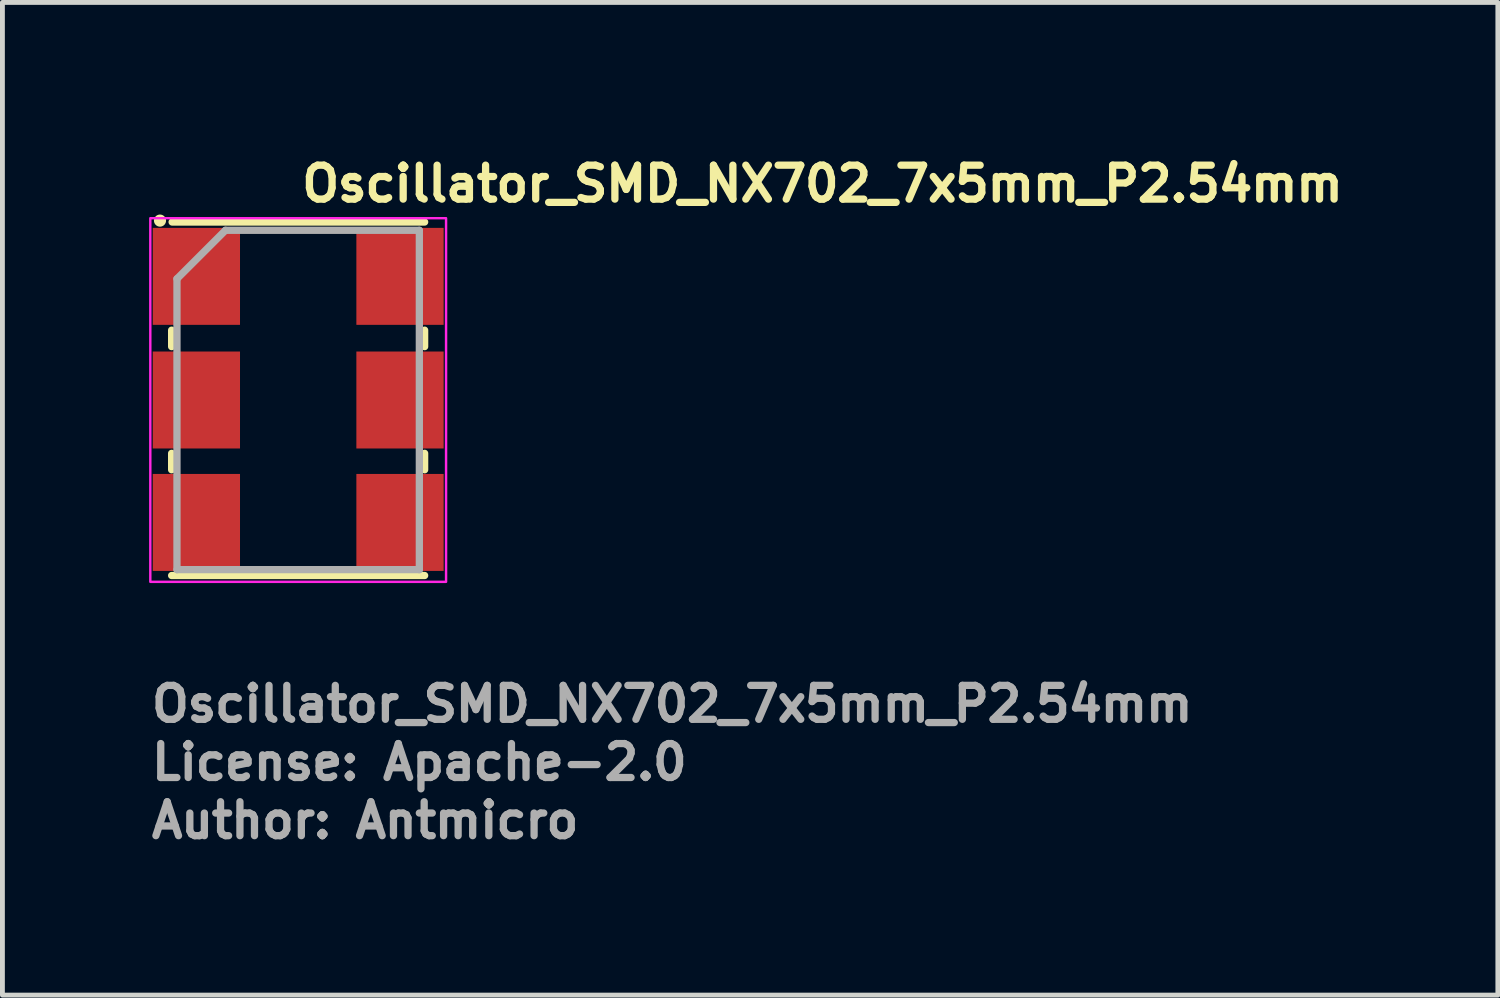
<source format=kicad_pcb>
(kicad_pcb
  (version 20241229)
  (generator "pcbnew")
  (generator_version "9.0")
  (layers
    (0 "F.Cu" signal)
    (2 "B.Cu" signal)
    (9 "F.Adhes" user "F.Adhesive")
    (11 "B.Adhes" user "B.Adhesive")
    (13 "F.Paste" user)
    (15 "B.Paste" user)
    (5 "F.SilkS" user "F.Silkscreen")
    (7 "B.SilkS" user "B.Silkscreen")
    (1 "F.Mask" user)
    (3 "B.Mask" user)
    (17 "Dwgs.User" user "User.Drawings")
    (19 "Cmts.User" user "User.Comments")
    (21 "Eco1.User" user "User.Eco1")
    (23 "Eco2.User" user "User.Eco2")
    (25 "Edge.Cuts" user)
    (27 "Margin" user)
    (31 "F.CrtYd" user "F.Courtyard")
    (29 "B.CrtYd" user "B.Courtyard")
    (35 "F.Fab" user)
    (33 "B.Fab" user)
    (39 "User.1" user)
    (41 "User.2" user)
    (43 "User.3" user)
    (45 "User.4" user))
  (footprint "Oscillator_SMD_NX702_7x5mm_P2.54mm"
    (layer "F.Cu")
    (at 3.1 5.2)
    (property "Reference" "Oscillator_SMD_NX702_7x5mm_P2.54mm" (at 0 -4.05 0) (layer "F.SilkS") (effects (font (size 0.7 0.7) (thickness 0.15)) (justify left bottom)))
    (attr smd)
    (fp_line (start -2.61 -1.101) (end -2.61 -1.44) (stroke (width 0.15) (type solid)) (layer "F.SilkS"))
    (fp_line (start -2.61 1.439) (end -2.61 1.1) (stroke (width 0.15) (type solid)) (layer "F.SilkS"))
    (fp_line (start -2.6 -3.671) (end 2.608 -3.671) (stroke (width 0.15) (type solid)) (layer "F.SilkS"))
    (fp_line (start 2.608 -1.44) (end 2.608 -1.101) (stroke (width 0.15) (type solid)) (layer "F.SilkS"))
    (fp_line (start 2.608 1.1) (end 2.608 1.439) (stroke (width 0.15) (type solid)) (layer "F.SilkS"))
    (fp_line (start 2.608 3.62) (end -2.61 3.62) (stroke (width 0.15) (type solid)) (layer "F.SilkS"))
    (fp_circle (center -2.85 -3.7) (end -2.8 -3.7) (stroke (width 0.15) (type solid)) (fill yes) (layer "F.SilkS"))
    (fp_rect (start -3.05 -3.75) (end 3.05 3.75) (stroke (width 0.05) (type solid)) (fill no) (layer "F.CrtYd"))
    (fp_line (start -2.5 -2.5) (end -2.5 3.499) (stroke (width 0.15) (type solid)) (layer "F.Fab"))
    (fp_line (start -2.5 3.499) (end 2.499 3.499) (stroke (width 0.15) (type solid)) (layer "F.Fab"))
    (fp_line (start -1.5 -3.5) (end -2.5 -2.5) (stroke (width 0.15) (type solid)) (layer "F.Fab"))
    (fp_line (start 2.499 -3.5) (end -1.5 -3.5) (stroke (width 0.15) (type solid)) (layer "F.Fab"))
    (fp_line (start 2.499 3.499) (end 2.499 -3.5) (stroke (width 0.15) (type solid)) (layer "F.Fab"))
    (fp_rect (start -2.5 -3.5) (end 2.5 3.5) (stroke (width 0.1) (type solid)) (fill no) (layer "User.5"))
    (fp_line (start -2.5 -3.215) (end -2.5 -3.2) (stroke (width 0.02) (type solid)) (layer "User.9"))
    (fp_line (start -2.5 -3.2) (end -2.5 -2.84) (stroke (width 0.02) (type solid)) (layer "User.9"))
    (fp_line (start -2.5 -2.24) (end -2.5 -0.3) (stroke (width 0.02) (type solid)) (layer "User.9"))
    (fp_line (start -2.5 -2.24) (end -2.485 -2.24) (stroke (width 0.02) (type solid)) (layer "User.9"))
    (fp_line (start -2.5 0.3) (end -2.5 2.24) (stroke (width 0.02) (type solid)) (layer "User.9"))
    (fp_line (start -2.5 0.3) (end -2.48 0.299) (stroke (width 0.02) (type solid)) (layer "User.9"))
    (fp_line (start -2.5 2.84) (end -2.5 3.2) (stroke (width 0.02) (type solid)) (layer "User.9"))
    (fp_line (start -2.5 2.84) (end -2.485 2.84) (stroke (width 0.02) (type solid)) (layer "User.9"))
    (fp_line (start -2.5 3.2) (end -2.5 3.215) (stroke (width 0.02) (type solid)) (layer "User.9"))
    (fp_line (start -2.5 3.215) (end -2.499 3.23) (stroke (width 0.02) (type solid)) (layer "User.9"))
    (fp_line (start -2.499 -3.23) (end -2.5 -3.215) (stroke (width 0.02) (type solid)) (layer "User.9"))
    (fp_line (start -2.499 3.23) (end -2.497 3.244) (stroke (width 0.02) (type solid)) (layer "User.9"))
    (fp_line (start -2.497 -3.244) (end -2.499 -3.23) (stroke (width 0.02) (type solid)) (layer "User.9"))
    (fp_line (start -2.497 3.244) (end -2.494 3.259) (stroke (width 0.02) (type solid)) (layer "User.9"))
    (fp_line (start -2.494 -3.259) (end -2.497 -3.244) (stroke (width 0.02) (type solid)) (layer "User.9"))
    (fp_line (start -2.494 3.259) (end -2.491 3.273) (stroke (width 0.02) (type solid)) (layer "User.9"))
    (fp_line (start -2.491 -3.273) (end -2.494 -3.259) (stroke (width 0.02) (type solid)) (layer "User.9"))
    (fp_line (start -2.491 3.273) (end -2.487 3.287) (stroke (width 0.02) (type solid)) (layer "User.9"))
    (fp_line (start -2.49 -0.3) (end -2.5 -0.3) (stroke (width 0.02) (type solid)) (layer "User.9"))
    (fp_line (start -2.487 -3.287) (end -2.491 -3.273) (stroke (width 0.02) (type solid)) (layer "User.9"))
    (fp_line (start -2.487 3.287) (end -2.482 3.301) (stroke (width 0.02) (type solid)) (layer "User.9"))
    (fp_line (start -2.485 -2.84) (end -2.5 -2.84) (stroke (width 0.02) (type solid)) (layer "User.9"))
    (fp_line (start -2.485 -2.24) (end -2.469 -2.242) (stroke (width 0.02) (type solid)) (layer "User.9"))
    (fp_line (start -2.485 2.24) (end -2.5 2.24) (stroke (width 0.02) (type solid)) (layer "User.9"))
    (fp_line (start -2.485 2.84) (end -2.469 2.838) (stroke (width 0.02) (type solid)) (layer "User.9"))
    (fp_line (start -2.482 -3.301) (end -2.487 -3.287) (stroke (width 0.02) (type solid)) (layer "User.9"))
    (fp_line (start -2.482 3.301) (end -2.477 3.315) (stroke (width 0.02) (type solid)) (layer "User.9"))
    (fp_line (start -2.48 -0.299) (end -2.49 -0.3) (stroke (width 0.02) (type solid)) (layer "User.9"))
    (fp_line (start -2.48 0.299) (end -2.46 0.297) (stroke (width 0.02) (type solid)) (layer "User.9"))
    (fp_line (start -2.477 -3.315) (end -2.482 -3.301) (stroke (width 0.02) (type solid)) (layer "User.9"))
    (fp_line (start -2.477 3.315) (end -2.471 3.328) (stroke (width 0.02) (type solid)) (layer "User.9"))
    (fp_line (start -2.471 -3.328) (end -2.477 -3.315) (stroke (width 0.02) (type solid)) (layer "User.9"))
    (fp_line (start -2.471 3.328) (end -2.465 3.341) (stroke (width 0.02) (type solid)) (layer "User.9"))
    (fp_line (start -2.47 -0.299) (end -2.48 -0.299) (stroke (width 0.02) (type solid)) (layer "User.9"))
    (fp_line (start -2.469 -2.838) (end -2.485 -2.84) (stroke (width 0.02) (type solid)) (layer "User.9"))
    (fp_line (start -2.469 -2.242) (end -2.454 -2.243) (stroke (width 0.02) (type solid)) (layer "User.9"))
    (fp_line (start -2.469 2.242) (end -2.485 2.24) (stroke (width 0.02) (type solid)) (layer "User.9"))
    (fp_line (start -2.469 2.838) (end -2.454 2.837) (stroke (width 0.02) (type solid)) (layer "User.9"))
    (fp_line (start -2.465 -3.341) (end -2.471 -3.328) (stroke (width 0.02) (type solid)) (layer "User.9"))
    (fp_line (start -2.465 3.341) (end -2.457 3.354) (stroke (width 0.02) (type solid)) (layer "User.9"))
    (fp_line (start -2.46 -0.297) (end -2.47 -0.299) (stroke (width 0.02) (type solid)) (layer "User.9"))
    (fp_line (start -2.46 0.297) (end -2.441 0.294) (stroke (width 0.02) (type solid)) (layer "User.9"))
    (fp_line (start -2.457 -3.354) (end -2.465 -3.341) (stroke (width 0.02) (type solid)) (layer "User.9"))
    (fp_line (start -2.457 3.354) (end -2.45 3.366) (stroke (width 0.02) (type solid)) (layer "User.9"))
    (fp_line (start -2.454 -2.837) (end -2.469 -2.838) (stroke (width 0.02) (type solid)) (layer "User.9"))
    (fp_line (start -2.454 -2.243) (end -2.44 -2.246) (stroke (width 0.02) (type solid)) (layer "User.9"))
    (fp_line (start -2.454 2.243) (end -2.469 2.242) (stroke (width 0.02) (type solid)) (layer "User.9"))
    (fp_line (start -2.454 2.837) (end -2.44 2.834) (stroke (width 0.02) (type solid)) (layer "User.9"))
    (fp_line (start -2.45 -3.366) (end -2.457 -3.354) (stroke (width 0.02) (type solid)) (layer "User.9"))
    (fp_line (start -2.45 -0.296) (end -2.46 -0.297) (stroke (width 0.02) (type solid)) (layer "User.9"))
    (fp_line (start -2.45 3.366) (end -2.441 3.378) (stroke (width 0.02) (type solid)) (layer "User.9"))
    (fp_line (start -2.441 -3.378) (end -2.45 -3.366) (stroke (width 0.02) (type solid)) (layer "User.9"))
    (fp_line (start -2.441 -0.294) (end -2.45 -0.296) (stroke (width 0.02) (type solid)) (layer "User.9"))
    (fp_line (start -2.441 0.294) (end -2.422 0.29) (stroke (width 0.02) (type solid)) (layer "User.9"))
    (fp_line (start -2.441 3.378) (end -2.432 3.39) (stroke (width 0.02) (type solid)) (layer "User.9"))
    (fp_line (start -2.44 -2.834) (end -2.454 -2.837) (stroke (width 0.02) (type solid)) (layer "User.9"))
    (fp_line (start -2.44 -2.246) (end -2.425 -2.249) (stroke (width 0.02) (type solid)) (layer "User.9"))
    (fp_line (start -2.44 2.246) (end -2.454 2.243) (stroke (width 0.02) (type solid)) (layer "User.9"))
    (fp_line (start -2.44 2.834) (end -2.425 2.831) (stroke (width 0.02) (type solid)) (layer "User.9"))
    (fp_line (start -2.432 -3.39) (end -2.441 -3.378) (stroke (width 0.02) (type solid)) (layer "User.9"))
    (fp_line (start -2.432 3.39) (end -2.422 3.401) (stroke (width 0.02) (type solid)) (layer "User.9"))
    (fp_line (start -2.431 -0.292) (end -2.441 -0.294) (stroke (width 0.02) (type solid)) (layer "User.9"))
    (fp_line (start -2.425 -2.831) (end -2.44 -2.834) (stroke (width 0.02) (type solid)) (layer "User.9"))
    (fp_line (start -2.425 -2.249) (end -2.411 -2.254) (stroke (width 0.02) (type solid)) (layer "User.9"))
    (fp_line (start -2.425 2.249) (end -2.44 2.246) (stroke (width 0.02) (type solid)) (layer "User.9"))
    (fp_line (start -2.425 2.831) (end -2.411 2.826) (stroke (width 0.02) (type solid)) (layer "User.9"))
    (fp_line (start -2.422 -3.401) (end -2.432 -3.39) (stroke (width 0.02) (type solid)) (layer "User.9"))
    (fp_line (start -2.422 -0.29) (end -2.431 -0.292) (stroke (width 0.02) (type solid)) (layer "User.9"))
    (fp_line (start -2.422 0.29) (end -2.403 0.284) (stroke (width 0.02) (type solid)) (layer "User.9"))
    (fp_line (start -2.422 3.401) (end -2.412 3.412) (stroke (width 0.02) (type solid)) (layer "User.9"))
    (fp_line (start -2.412 -3.412) (end -2.422 -3.401) (stroke (width 0.02) (type solid)) (layer "User.9"))
    (fp_line (start -2.412 -3.412) (end -2.412 -3.412) (stroke (width 0.02) (type solid)) (layer "User.9"))
    (fp_line (start -2.412 -0.287) (end -2.422 -0.29) (stroke (width 0.02) (type solid)) (layer "User.9"))
    (fp_line (start -2.412 3.412) (end -2.412 3.412) (stroke (width 0.02) (type solid)) (layer "User.9"))
    (fp_line (start -2.412 3.412) (end -2.401 3.422) (stroke (width 0.02) (type solid)) (layer "User.9"))
    (fp_line (start -2.411 -2.826) (end -2.425 -2.831) (stroke (width 0.02) (type solid)) (layer "User.9"))
    (fp_line (start -2.411 -2.254) (end -2.397 -2.258) (stroke (width 0.02) (type solid)) (layer "User.9"))
    (fp_line (start -2.411 2.254) (end -2.425 2.249) (stroke (width 0.02) (type solid)) (layer "User.9"))
    (fp_line (start -2.411 2.826) (end -2.397 2.822) (stroke (width 0.02) (type solid)) (layer "User.9"))
    (fp_line (start -2.403 -0.284) (end -2.412 -0.287) (stroke (width 0.02) (type solid)) (layer "User.9"))
    (fp_line (start -2.403 0.284) (end -2.385 0.277) (stroke (width 0.02) (type solid)) (layer "User.9"))
    (fp_line (start -2.401 -3.422) (end -2.412 -3.412) (stroke (width 0.02) (type solid)) (layer "User.9"))
    (fp_line (start -2.401 3.422) (end -2.39 3.432) (stroke (width 0.02) (type solid)) (layer "User.9"))
    (fp_line (start -2.397 -2.822) (end -2.411 -2.826) (stroke (width 0.02) (type solid)) (layer "User.9"))
    (fp_line (start -2.397 -2.258) (end -2.383 -2.264) (stroke (width 0.02) (type solid)) (layer "User.9"))
    (fp_line (start -2.397 2.258) (end -2.411 2.254) (stroke (width 0.02) (type solid)) (layer "User.9"))
    (fp_line (start -2.397 2.822) (end -2.383 2.816) (stroke (width 0.02) (type solid)) (layer "User.9"))
    (fp_line (start -2.394 -0.281) (end -2.403 -0.284) (stroke (width 0.02) (type solid)) (layer "User.9"))
    (fp_line (start -2.39 -3.432) (end -2.401 -3.422) (stroke (width 0.02) (type solid)) (layer "User.9"))
    (fp_line (start -2.39 3.432) (end -2.378 3.441) (stroke (width 0.02) (type solid)) (layer "User.9"))
    (fp_line (start -2.385 -0.277) (end -2.394 -0.281) (stroke (width 0.02) (type solid)) (layer "User.9"))
    (fp_line (start -2.385 0.277) (end -2.367 0.269) (stroke (width 0.02) (type solid)) (layer "User.9"))
    (fp_line (start -2.383 -2.816) (end -2.397 -2.822) (stroke (width 0.02) (type solid)) (layer "User.9"))
    (fp_line (start -2.383 -2.264) (end -2.37 -2.27) (stroke (width 0.02) (type solid)) (layer "User.9"))
    (fp_line (start -2.383 2.264) (end -2.397 2.258) (stroke (width 0.02) (type solid)) (layer "User.9"))
    (fp_line (start -2.383 2.816) (end -2.37 2.81) (stroke (width 0.02) (type solid)) (layer "User.9"))
    (fp_line (start -2.378 -3.441) (end -2.39 -3.432) (stroke (width 0.02) (type solid)) (layer "User.9"))
    (fp_line (start -2.378 3.441) (end -2.366 3.45) (stroke (width 0.02) (type solid)) (layer "User.9"))
    (fp_line (start -2.376 -0.273) (end -2.385 -0.277) (stroke (width 0.02) (type solid)) (layer "User.9"))
    (fp_line (start -2.37 -2.81) (end -2.383 -2.816) (stroke (width 0.02) (type solid)) (layer "User.9"))
    (fp_line (start -2.37 -2.27) (end -2.357 -2.276) (stroke (width 0.02) (type solid)) (layer "User.9"))
    (fp_line (start -2.37 2.27) (end -2.383 2.264) (stroke (width 0.02) (type solid)) (layer "User.9"))
    (fp_line (start -2.37 2.81) (end -2.357 2.804) (stroke (width 0.02) (type solid)) (layer "User.9"))
    (fp_line (start -2.367 -0.269) (end -2.376 -0.273) (stroke (width 0.02) (type solid)) (layer "User.9"))
    (fp_line (start -2.367 0.269) (end -2.35 0.26) (stroke (width 0.02) (type solid)) (layer "User.9"))
    (fp_line (start -2.366 -3.45) (end -2.378 -3.441) (stroke (width 0.02) (type solid)) (layer "User.9"))
    (fp_line (start -2.366 3.45) (end -2.354 3.457) (stroke (width 0.02) (type solid)) (layer "User.9"))
    (fp_line (start -2.358 -0.265) (end -2.367 -0.269) (stroke (width 0.02) (type solid)) (layer "User.9"))
    (fp_line (start -2.357 -2.804) (end -2.37 -2.81) (stroke (width 0.02) (type solid)) (layer "User.9"))
    (fp_line (start -2.357 -2.276) (end -2.345 -2.283) (stroke (width 0.02) (type solid)) (layer "User.9"))
    (fp_line (start -2.357 2.276) (end -2.37 2.27) (stroke (width 0.02) (type solid)) (layer "User.9"))
    (fp_line (start -2.357 2.804) (end -2.345 2.797) (stroke (width 0.02) (type solid)) (layer "User.9"))
    (fp_line (start -2.354 -3.457) (end -2.366 -3.45) (stroke (width 0.02) (type solid)) (layer "User.9"))
    (fp_line (start -2.354 3.457) (end -2.341 3.465) (stroke (width 0.02) (type solid)) (layer "User.9"))
    (fp_line (start -2.35 -0.26) (end -2.358 -0.265) (stroke (width 0.02) (type solid)) (layer "User.9"))
    (fp_line (start -2.35 0.26) (end -2.334 0.25) (stroke (width 0.02) (type solid)) (layer "User.9"))
    (fp_line (start -2.345 -2.283) (end -2.332 -2.291) (stroke (width 0.02) (type solid)) (layer "User.9"))
    (fp_line (start -2.345 2.797) (end -2.332 2.789) (stroke (width 0.02) (type solid)) (layer "User.9"))
    (fp_line (start -2.344 -2.797) (end -2.357 -2.804) (stroke (width 0.02) (type solid)) (layer "User.9"))
    (fp_line (start -2.344 2.283) (end -2.357 2.276) (stroke (width 0.02) (type solid)) (layer "User.9"))
    (fp_line (start -2.342 -0.255) (end -2.35 -0.26) (stroke (width 0.02) (type solid)) (layer "User.9"))
    (fp_line (start -2.341 -3.465) (end -2.354 -3.457) (stroke (width 0.02) (type solid)) (layer "User.9"))
    (fp_line (start -2.341 3.465) (end -2.328 3.471) (stroke (width 0.02) (type solid)) (layer "User.9"))
    (fp_line (start -2.334 -0.25) (end -2.342 -0.255) (stroke (width 0.02) (type solid)) (layer "User.9"))
    (fp_line (start -2.334 0.25) (end -2.318 0.238) (stroke (width 0.02) (type solid)) (layer "User.9"))
    (fp_line (start -2.332 -2.789) (end -2.344 -2.797) (stroke (width 0.02) (type solid)) (layer "User.9"))
    (fp_line (start -2.332 -2.291) (end -2.321 -2.3) (stroke (width 0.02) (type solid)) (layer "User.9"))
    (fp_line (start -2.332 2.291) (end -2.344 2.283) (stroke (width 0.02) (type solid)) (layer "User.9"))
    (fp_line (start -2.332 2.789) (end -2.321 2.78) (stroke (width 0.02) (type solid)) (layer "User.9"))
    (fp_line (start -2.328 -3.471) (end -2.341 -3.465) (stroke (width 0.02) (type solid)) (layer "User.9"))
    (fp_line (start -2.328 3.471) (end -2.315 3.477) (stroke (width 0.02) (type solid)) (layer "User.9"))
    (fp_line (start -2.326 -0.244) (end -2.334 -0.25) (stroke (width 0.02) (type solid)) (layer "User.9"))
    (fp_line (start -2.321 -2.78) (end -2.332 -2.789) (stroke (width 0.02) (type solid)) (layer "User.9"))
    (fp_line (start -2.321 -2.3) (end -2.309 -2.309) (stroke (width 0.02) (type solid)) (layer "User.9"))
    (fp_line (start -2.321 2.3) (end -2.332 2.291) (stroke (width 0.02) (type solid)) (layer "User.9"))
    (fp_line (start -2.321 2.78) (end -2.309 2.771) (stroke (width 0.02) (type solid)) (layer "User.9"))
    (fp_line (start -2.318 -0.238) (end -2.326 -0.244) (stroke (width 0.02) (type solid)) (layer "User.9"))
    (fp_line (start -2.318 0.238) (end -2.303 0.226) (stroke (width 0.02) (type solid)) (layer "User.9"))
    (fp_line (start -2.315 -3.477) (end -2.328 -3.471) (stroke (width 0.02) (type solid)) (layer "User.9"))
    (fp_line (start -2.315 3.477) (end -2.301 3.482) (stroke (width 0.02) (type solid)) (layer "User.9"))
    (fp_line (start -2.31 -0.232) (end -2.318 -0.238) (stroke (width 0.02) (type solid)) (layer "User.9"))
    (fp_line (start -2.309 -2.771) (end -2.321 -2.78) (stroke (width 0.02) (type solid)) (layer "User.9"))
    (fp_line (start -2.309 -2.309) (end -2.298 -2.318) (stroke (width 0.02) (type solid)) (layer "User.9"))
    (fp_line (start -2.309 2.309) (end -2.321 2.3) (stroke (width 0.02) (type solid)) (layer "User.9"))
    (fp_line (start -2.309 2.771) (end -2.298 2.762) (stroke (width 0.02) (type solid)) (layer "User.9"))
    (fp_line (start -2.303 -0.226) (end -2.31 -0.232) (stroke (width 0.02) (type solid)) (layer "User.9"))
    (fp_line (start -2.303 0.226) (end -2.288 0.213) (stroke (width 0.02) (type solid)) (layer "User.9"))
    (fp_line (start -2.301 -3.482) (end -2.315 -3.477) (stroke (width 0.02) (type solid)) (layer "User.9"))
    (fp_line (start -2.301 3.482) (end -2.287 3.487) (stroke (width 0.02) (type solid)) (layer "User.9"))
    (fp_line (start -2.298 -2.762) (end -2.309 -2.771) (stroke (width 0.02) (type solid)) (layer "User.9"))
    (fp_line (start -2.298 -2.318) (end -2.288 -2.328) (stroke (width 0.02) (type solid)) (layer "User.9"))
    (fp_line (start -2.298 2.318) (end -2.309 2.309) (stroke (width 0.02) (type solid)) (layer "User.9"))
    (fp_line (start -2.298 2.762) (end -2.288 2.752) (stroke (width 0.02) (type solid)) (layer "User.9"))
    (fp_line (start -2.295 -0.219) (end -2.303 -0.226) (stroke (width 0.02) (type solid)) (layer "User.9"))
    (fp_line (start -2.288 -2.752) (end -2.298 -2.762) (stroke (width 0.02) (type solid)) (layer "User.9"))
    (fp_line (start -2.288 -2.328) (end -2.278 -2.338) (stroke (width 0.02) (type solid)) (layer "User.9"))
    (fp_line (start -2.288 -0.213) (end -2.295 -0.219) (stroke (width 0.02) (type solid)) (layer "User.9"))
    (fp_line (start -2.288 0.213) (end -2.275 0.198) (stroke (width 0.02) (type solid)) (layer "User.9"))
    (fp_line (start -2.288 2.328) (end -2.298 2.318) (stroke (width 0.02) (type solid)) (layer "User.9"))
    (fp_line (start -2.288 2.752) (end -2.278 2.742) (stroke (width 0.02) (type solid)) (layer "User.9"))
    (fp_line (start -2.287 -3.487) (end -2.301 -3.482) (stroke (width 0.02) (type solid)) (layer "User.9"))
    (fp_line (start -2.287 3.487) (end -2.273 3.491) (stroke (width 0.02) (type solid)) (layer "User.9"))
    (fp_line (start -2.281 -0.206) (end -2.288 -0.213) (stroke (width 0.02) (type solid)) (layer "User.9"))
    (fp_line (start -2.278 -2.742) (end -2.288 -2.752) (stroke (width 0.02) (type solid)) (layer "User.9"))
    (fp_line (start -2.278 -2.338) (end -2.269 -2.349) (stroke (width 0.02) (type solid)) (layer "User.9"))
    (fp_line (start -2.278 2.338) (end -2.288 2.328) (stroke (width 0.02) (type solid)) (layer "User.9"))
    (fp_line (start -2.278 2.742) (end -2.269 2.731) (stroke (width 0.02) (type solid)) (layer "User.9"))
    (fp_line (start -2.275 -0.198) (end -2.281 -0.206) (stroke (width 0.02) (type solid)) (layer "User.9"))
    (fp_line (start -2.275 0.198) (end -2.262 0.183) (stroke (width 0.02) (type solid)) (layer "User.9"))
    (fp_line (start -2.273 -3.491) (end -2.287 -3.487) (stroke (width 0.02) (type solid)) (layer "User.9"))
    (fp_line (start -2.273 3.491) (end -2.259 3.494) (stroke (width 0.02) (type solid)) (layer "User.9"))
    (fp_line (start -2.269 -2.731) (end -2.278 -2.742) (stroke (width 0.02) (type solid)) (layer "User.9"))
    (fp_line (start -2.269 -2.349) (end -2.26 -2.361) (stroke (width 0.02) (type solid)) (layer "User.9"))
    (fp_line (start -2.269 2.349) (end -2.278 2.338) (stroke (width 0.02) (type solid)) (layer "User.9"))
    (fp_line (start -2.269 2.731) (end -2.26 2.719) (stroke (width 0.02) (type solid)) (layer "User.9"))
    (fp_line (start -2.268 -0.191) (end -2.275 -0.198) (stroke (width 0.02) (type solid)) (layer "User.9"))
    (fp_line (start -2.262 -0.183) (end -2.268 -0.191) (stroke (width 0.02) (type solid)) (layer "User.9"))
    (fp_line (start -2.262 0.183) (end -2.251 0.167) (stroke (width 0.02) (type solid)) (layer "User.9"))
    (fp_line (start -2.26 -2.719) (end -2.269 -2.731) (stroke (width 0.02) (type solid)) (layer "User.9"))
    (fp_line (start -2.26 -2.361) (end -2.251 -2.372) (stroke (width 0.02) (type solid)) (layer "User.9"))
    (fp_line (start -2.26 2.361) (end -2.269 2.349) (stroke (width 0.02) (type solid)) (layer "User.9"))
    (fp_line (start -2.26 2.719) (end -2.251 2.708) (stroke (width 0.02) (type solid)) (layer "User.9"))
    (fp_line (start -2.259 -3.494) (end -2.273 -3.491) (stroke (width 0.02) (type solid)) (layer "User.9"))
    (fp_line (start -2.259 3.494) (end -2.244 3.497) (stroke (width 0.02) (type solid)) (layer "User.9"))
    (fp_line (start -2.256 -0.175) (end -2.262 -0.183) (stroke (width 0.02) (type solid)) (layer "User.9"))
    (fp_line (start -2.251 -2.708) (end -2.26 -2.719) (stroke (width 0.02) (type solid)) (layer "User.9"))
    (fp_line (start -2.251 -2.372) (end -2.244 -2.384) (stroke (width 0.02) (type solid)) (layer "User.9"))
    (fp_line (start -2.251 -0.167) (end -2.256 -0.175) (stroke (width 0.02) (type solid)) (layer "User.9"))
    (fp_line (start -2.251 0.167) (end -2.24 0.15) (stroke (width 0.02) (type solid)) (layer "User.9"))
    (fp_line (start -2.251 2.372) (end -2.26 2.361) (stroke (width 0.02) (type solid)) (layer "User.9"))
    (fp_line (start -2.251 2.708) (end -2.244 2.696) (stroke (width 0.02) (type solid)) (layer "User.9"))
    (fp_line (start -2.245 -0.159) (end -2.251 -0.167) (stroke (width 0.02) (type solid)) (layer "User.9"))
    (fp_line (start -2.244 -3.497) (end -2.259 -3.494) (stroke (width 0.02) (type solid)) (layer "User.9"))
    (fp_line (start -2.244 -2.696) (end -2.251 -2.708) (stroke (width 0.02) (type solid)) (layer "User.9"))
    (fp_line (start -2.244 -2.384) (end -2.236 -2.397) (stroke (width 0.02) (type solid)) (layer "User.9"))
    (fp_line (start -2.244 2.384) (end -2.251 2.372) (stroke (width 0.02) (type solid)) (layer "User.9"))
    (fp_line (start -2.244 2.696) (end -2.236 2.683) (stroke (width 0.02) (type solid)) (layer "User.9"))
    (fp_line (start -2.244 3.497) (end -2.23 3.499) (stroke (width 0.02) (type solid)) (layer "User.9"))
    (fp_line (start -2.24 -0.15) (end -2.245 -0.159) (stroke (width 0.02) (type solid)) (layer "User.9"))
    (fp_line (start -2.24 -0.15) (end -2.24 -0.15) (stroke (width 0.02) (type solid)) (layer "User.9"))
    (fp_line (start -2.24 0.15) (end -2.24 0.15) (stroke (width 0.02) (type solid)) (layer "User.9"))
    (fp_line (start -2.24 0.15) (end -2.231 0.132) (stroke (width 0.02) (type solid)) (layer "User.9"))
    (fp_line (start -2.236 -2.683) (end -2.244 -2.696) (stroke (width 0.02) (type solid)) (layer "User.9"))
    (fp_line (start -2.236 -2.397) (end -2.23 -2.41) (stroke (width 0.02) (type solid)) (layer "User.9"))
    (fp_line (start -2.236 2.397) (end -2.244 2.384) (stroke (width 0.02) (type solid)) (layer "User.9"))
    (fp_line (start -2.236 2.683) (end -2.23 2.67) (stroke (width 0.02) (type solid)) (layer "User.9"))
    (fp_line (start -2.231 -0.132) (end -2.24 -0.15) (stroke (width 0.02) (type solid)) (layer "User.9"))
    (fp_line (start -2.231 0.132) (end -2.223 0.114) (stroke (width 0.02) (type solid)) (layer "User.9"))
    (fp_line (start -2.23 -3.499) (end -2.244 -3.497) (stroke (width 0.02) (type solid)) (layer "User.9"))
    (fp_line (start -2.23 -2.67) (end -2.236 -2.683) (stroke (width 0.02) (type solid)) (layer "User.9"))
    (fp_line (start -2.23 -2.41) (end -2.224 -2.423) (stroke (width 0.02) (type solid)) (layer "User.9"))
    (fp_line (start -2.23 2.41) (end -2.236 2.397) (stroke (width 0.02) (type solid)) (layer "User.9"))
    (fp_line (start -2.23 2.67) (end -2.224 2.657) (stroke (width 0.02) (type solid)) (layer "User.9"))
    (fp_line (start -2.23 3.499) (end -2.215 3.5) (stroke (width 0.02) (type solid)) (layer "User.9"))
    (fp_line (start -2.224 -2.657) (end -2.23 -2.67) (stroke (width 0.02) (type solid)) (layer "User.9"))
    (fp_line (start -2.224 -2.423) (end -2.218 -2.437) (stroke (width 0.02) (type solid)) (layer "User.9"))
    (fp_line (start -2.224 2.423) (end -2.23 2.41) (stroke (width 0.02) (type solid)) (layer "User.9"))
    (fp_line (start -2.224 2.657) (end -2.218 2.643) (stroke (width 0.02) (type solid)) (layer "User.9"))
    (fp_line (start -2.223 -0.114) (end -2.231 -0.132) (stroke (width 0.02) (type solid)) (layer "User.9"))
    (fp_line (start -2.223 0.114) (end -2.216 0.096) (stroke (width 0.02) (type solid)) (layer "User.9"))
    (fp_line (start -2.218 -2.643) (end -2.224 -2.657) (stroke (width 0.02) (type solid)) (layer "User.9"))
    (fp_line (start -2.218 -2.437) (end -2.214 -2.451) (stroke (width 0.02) (type solid)) (layer "User.9"))
    (fp_line (start -2.218 2.437) (end -2.224 2.423) (stroke (width 0.02) (type solid)) (layer "User.9"))
    (fp_line (start -2.218 2.643) (end -2.214 2.629) (stroke (width 0.02) (type solid)) (layer "User.9"))
    (fp_line (start -2.216 -0.096) (end -2.223 -0.114) (stroke (width 0.02) (type solid)) (layer "User.9"))
    (fp_line (start -2.216 0.096) (end -2.21 0.077) (stroke (width 0.02) (type solid)) (layer "User.9"))
    (fp_line (start -2.215 -3.5) (end -2.23 -3.499) (stroke (width 0.02) (type solid)) (layer "User.9"))
    (fp_line (start -2.215 3.5) (end -2.2 3.5) (stroke (width 0.02) (type solid)) (layer "User.9"))
    (fp_line (start -2.214 -2.629) (end -2.218 -2.643) (stroke (width 0.02) (type solid)) (layer "User.9"))
    (fp_line (start -2.214 -2.451) (end -2.21 -2.465) (stroke (width 0.02) (type solid)) (layer "User.9"))
    (fp_line (start -2.214 2.451) (end -2.218 2.437) (stroke (width 0.02) (type solid)) (layer "User.9"))
    (fp_line (start -2.214 2.629) (end -2.21 2.615) (stroke (width 0.02) (type solid)) (layer "User.9"))
    (fp_line (start -2.21 -2.615) (end -2.214 -2.629) (stroke (width 0.02) (type solid)) (layer "User.9"))
    (fp_line (start -2.21 -2.465) (end -2.206 -2.48) (stroke (width 0.02) (type solid)) (layer "User.9"))
    (fp_line (start -2.21 -0.077) (end -2.216 -0.096) (stroke (width 0.02) (type solid)) (layer "User.9"))
    (fp_line (start -2.21 0.077) (end -2.206 0.058) (stroke (width 0.02) (type solid)) (layer "User.9"))
    (fp_line (start -2.21 2.465) (end -2.214 2.451) (stroke (width 0.02) (type solid)) (layer "User.9"))
    (fp_line (start -2.21 2.615) (end -2.206 2.6) (stroke (width 0.02) (type solid)) (layer "User.9"))
    (fp_line (start -2.206 -2.6) (end -2.21 -2.615) (stroke (width 0.02) (type solid)) (layer "User.9"))
    (fp_line (start -2.206 -2.48) (end -2.204 -2.494) (stroke (width 0.02) (type solid)) (layer "User.9"))
    (fp_line (start -2.206 -0.058) (end -2.21 -0.077) (stroke (width 0.02) (type solid)) (layer "User.9"))
    (fp_line (start -2.206 0.058) (end -2.203 0.039) (stroke (width 0.02) (type solid)) (layer "User.9"))
    (fp_line (start -2.206 2.48) (end -2.21 2.465) (stroke (width 0.02) (type solid)) (layer "User.9"))
    (fp_line (start -2.206 2.6) (end -2.204 2.586) (stroke (width 0.02) (type solid)) (layer "User.9"))
    (fp_line (start -2.204 -2.586) (end -2.206 -2.6) (stroke (width 0.02) (type solid)) (layer "User.9"))
    (fp_line (start -2.204 -2.494) (end -2.202 -2.509) (stroke (width 0.02) (type solid)) (layer "User.9"))
    (fp_line (start -2.204 2.494) (end -2.206 2.48) (stroke (width 0.02) (type solid)) (layer "User.9"))
    (fp_line (start -2.204 2.586) (end -2.202 2.571) (stroke (width 0.02) (type solid)) (layer "User.9"))
    (fp_line (start -2.203 -0.039) (end -2.206 -0.058) (stroke (width 0.02) (type solid)) (layer "User.9"))
    (fp_line (start -2.203 0.039) (end -2.201 0.019) (stroke (width 0.02) (type solid)) (layer "User.9"))
    (fp_line (start -2.202 -2.571) (end -2.204 -2.586) (stroke (width 0.02) (type solid)) (layer "User.9"))
    (fp_line (start -2.202 -2.509) (end -2.201 -2.525) (stroke (width 0.02) (type solid)) (layer "User.9"))
    (fp_line (start -2.202 2.509) (end -2.204 2.494) (stroke (width 0.02) (type solid)) (layer "User.9"))
    (fp_line (start -2.202 2.571) (end -2.201 2.555) (stroke (width 0.02) (type solid)) (layer "User.9"))
    (fp_line (start -2.201 -2.555) (end -2.202 -2.571) (stroke (width 0.02) (type solid)) (layer "User.9"))
    (fp_line (start -2.201 -2.525) (end -2.2 -2.54) (stroke (width 0.02) (type solid)) (layer "User.9"))
    (fp_line (start -2.201 -0.019) (end -2.203 -0.039) (stroke (width 0.02) (type solid)) (layer "User.9"))
    (fp_line (start -2.201 0.019) (end -2.2 0) (stroke (width 0.02) (type solid)) (layer "User.9"))
    (fp_line (start -2.201 2.525) (end -2.202 2.509) (stroke (width 0.02) (type solid)) (layer "User.9"))
    (fp_line (start -2.201 2.555) (end -2.2 2.54) (stroke (width 0.02) (type solid)) (layer "User.9"))
    (fp_line (start -2.2 -3.5) (end -2.215 -3.5) (stroke (width 0.02) (type solid)) (layer "User.9"))
    (fp_line (start -2.2 -3.2) (end -2.2 3.2) (stroke (width 0.02) (type solid)) (layer "User.9"))
    (fp_line (start -2.2 -2.54) (end -2.201 -2.555) (stroke (width 0.02) (type solid)) (layer "User.9"))
    (fp_line (start -2.2 -2.54) (end -2.2 -2.54) (stroke (width 0.02) (type solid)) (layer "User.9"))
    (fp_line (start -2.2 0) (end -2.201 -0.019) (stroke (width 0.02) (type solid)) (layer "User.9"))
    (fp_line (start -2.2 2.54) (end -2.201 2.525) (stroke (width 0.02) (type solid)) (layer "User.9"))
    (fp_line (start -2.2 2.54) (end -2.2 2.54) (stroke (width 0.02) (type solid)) (layer "User.9"))
    (fp_line (start -2.2 3.2) (end 2.2 3.2) (stroke (width 0.02) (type solid)) (layer "User.9"))
    (fp_line (start -2.2 3.5) (end -1.2 3.5) (stroke (width 0.02) (type solid)) (layer "User.9"))
    (fp_line (start -2.18 -3.18) (end -2.18 3.18) (stroke (width 0.02) (type solid)) (layer "User.9"))
    (fp_line (start -2.18 -3.18) (end -2.18 3.18) (stroke (width 0.02) (type solid)) (layer "User.9"))
    (fp_line (start -2.18 3.18) (end 2.18 3.18) (stroke (width 0.02) (type solid)) (layer "User.9"))
    (fp_line (start -2.18 3.18) (end 2.18 3.18) (stroke (width 0.02) (type solid)) (layer "User.9"))
    (fp_line (start -1.8 -2.54) (end -1.8 -2.54) (stroke (width 0.02) (type solid)) (layer "User.9"))
    (fp_line (start -1.8 -2.54) (end -1.8 -2.54) (stroke (width 0.02) (type solid)) (layer "User.9"))
    (fp_line (start -1.8 -2.54) (end -1.799 -2.525) (stroke (width 0.02) (type solid)) (layer "User.9"))
    (fp_line (start -1.8 -2.54) (end -1.799 -2.525) (stroke (width 0.02) (type solid)) (layer "User.9"))
    (fp_line (start -1.799 -2.555) (end -1.8 -2.54) (stroke (width 0.02) (type solid)) (layer "User.9"))
    (fp_line (start -1.799 -2.555) (end -1.8 -2.54) (stroke (width 0.02) (type solid)) (layer "User.9"))
    (fp_line (start -1.799 -2.525) (end -1.798 -2.509) (stroke (width 0.02) (type solid)) (layer "User.9"))
    (fp_line (start -1.799 -2.525) (end -1.798 -2.509) (stroke (width 0.02) (type solid)) (layer "User.9"))
    (fp_line (start -1.798 -2.571) (end -1.799 -2.555) (stroke (width 0.02) (type solid)) (layer "User.9"))
    (fp_line (start -1.798 -2.571) (end -1.799 -2.555) (stroke (width 0.02) (type solid)) (layer "User.9"))
    (fp_line (start -1.798 -2.509) (end -1.796 -2.494) (stroke (width 0.02) (type solid)) (layer "User.9"))
    (fp_line (start -1.798 -2.509) (end -1.796 -2.494) (stroke (width 0.02) (type solid)) (layer "User.9"))
    (fp_line (start -1.796 -2.586) (end -1.798 -2.571) (stroke (width 0.02) (type solid)) (layer "User.9"))
    (fp_line (start -1.796 -2.586) (end -1.798 -2.571) (stroke (width 0.02) (type solid)) (layer "User.9"))
    (fp_line (start -1.796 -2.494) (end -1.794 -2.48) (stroke (width 0.02) (type solid)) (layer "User.9"))
    (fp_line (start -1.796 -2.494) (end -1.794 -2.48) (stroke (width 0.02) (type solid)) (layer "User.9"))
    (fp_line (start -1.794 -2.6) (end -1.796 -2.586) (stroke (width 0.02) (type solid)) (layer "User.9"))
    (fp_line (start -1.794 -2.6) (end -1.796 -2.586) (stroke (width 0.02) (type solid)) (layer "User.9"))
    (fp_line (start -1.794 -2.48) (end -1.79 -2.465) (stroke (width 0.02) (type solid)) (layer "User.9"))
    (fp_line (start -1.794 -2.48) (end -1.79 -2.465) (stroke (width 0.02) (type solid)) (layer "User.9"))
    (fp_line (start -1.79 -2.615) (end -1.794 -2.6) (stroke (width 0.02) (type solid)) (layer "User.9"))
    (fp_line (start -1.79 -2.615) (end -1.794 -2.6) (stroke (width 0.02) (type solid)) (layer "User.9"))
    (fp_line (start -1.79 -2.465) (end -1.786 -2.451) (stroke (width 0.02) (type solid)) (layer "User.9"))
    (fp_line (start -1.79 -2.465) (end -1.786 -2.451) (stroke (width 0.02) (type solid)) (layer "User.9"))
    (fp_line (start -1.786 -2.629) (end -1.79 -2.615) (stroke (width 0.02) (type solid)) (layer "User.9"))
    (fp_line (start -1.786 -2.629) (end -1.79 -2.615) (stroke (width 0.02) (type solid)) (layer "User.9"))
    (fp_line (start -1.786 -2.451) (end -1.782 -2.437) (stroke (width 0.02) (type solid)) (layer "User.9"))
    (fp_line (start -1.786 -2.451) (end -1.782 -2.437) (stroke (width 0.02) (type solid)) (layer "User.9"))
    (fp_line (start -1.782 -2.643) (end -1.786 -2.629) (stroke (width 0.02) (type solid)) (layer "User.9"))
    (fp_line (start -1.782 -2.643) (end -1.786 -2.629) (stroke (width 0.02) (type solid)) (layer "User.9"))
    (fp_line (start -1.782 -2.437) (end -1.776 -2.423) (stroke (width 0.02) (type solid)) (layer "User.9"))
    (fp_line (start -1.782 -2.437) (end -1.776 -2.423) (stroke (width 0.02) (type solid)) (layer "User.9"))
    (fp_line (start -1.776 -2.657) (end -1.782 -2.643) (stroke (width 0.02) (type solid)) (layer "User.9"))
    (fp_line (start -1.776 -2.657) (end -1.782 -2.643) (stroke (width 0.02) (type solid)) (layer "User.9"))
    (fp_line (start -1.776 -2.423) (end -1.77 -2.41) (stroke (width 0.02) (type solid)) (layer "User.9"))
    (fp_line (start -1.776 -2.423) (end -1.77 -2.41) (stroke (width 0.02) (type solid)) (layer "User.9"))
    (fp_line (start -1.77 -2.67) (end -1.776 -2.657) (stroke (width 0.02) (type solid)) (layer "User.9"))
    (fp_line (start -1.77 -2.67) (end -1.776 -2.657) (stroke (width 0.02) (type solid)) (layer "User.9"))
    (fp_line (start -1.77 -2.41) (end -1.764 -2.397) (stroke (width 0.02) (type solid)) (layer "User.9"))
    (fp_line (start -1.77 -2.41) (end -1.764 -2.397) (stroke (width 0.02) (type solid)) (layer "User.9"))
    (fp_line (start -1.764 -2.683) (end -1.77 -2.67) (stroke (width 0.02) (type solid)) (layer "User.9"))
    (fp_line (start -1.764 -2.683) (end -1.77 -2.67) (stroke (width 0.02) (type solid)) (layer "User.9"))
    (fp_line (start -1.764 -2.397) (end -1.756 -2.384) (stroke (width 0.02) (type solid)) (layer "User.9"))
    (fp_line (start -1.764 -2.397) (end -1.756 -2.384) (stroke (width 0.02) (type solid)) (layer "User.9"))
    (fp_line (start -1.756 -2.696) (end -1.764 -2.683) (stroke (width 0.02) (type solid)) (layer "User.9"))
    (fp_line (start -1.756 -2.696) (end -1.764 -2.683) (stroke (width 0.02) (type solid)) (layer "User.9"))
    (fp_line (start -1.756 -2.384) (end -1.749 -2.372) (stroke (width 0.02) (type solid)) (layer "User.9"))
    (fp_line (start -1.756 -2.384) (end -1.749 -2.372) (stroke (width 0.02) (type solid)) (layer "User.9"))
    (fp_line (start -1.749 -2.708) (end -1.756 -2.696) (stroke (width 0.02) (type solid)) (layer "User.9"))
    (fp_line (start -1.749 -2.708) (end -1.756 -2.696) (stroke (width 0.02) (type solid)) (layer "User.9"))
    (fp_line (start -1.749 -2.372) (end -1.74 -2.361) (stroke (width 0.02) (type solid)) (layer "User.9"))
    (fp_line (start -1.749 -2.372) (end -1.74 -2.361) (stroke (width 0.02) (type solid)) (layer "User.9"))
    (fp_line (start -1.74 -2.719) (end -1.749 -2.708) (stroke (width 0.02) (type solid)) (layer "User.9"))
    (fp_line (start -1.74 -2.719) (end -1.749 -2.708) (stroke (width 0.02) (type solid)) (layer "User.9"))
    (fp_line (start -1.74 -2.361) (end -1.731 -2.349) (stroke (width 0.02) (type solid)) (layer "User.9"))
    (fp_line (start -1.74 -2.361) (end -1.731 -2.349) (stroke (width 0.02) (type solid)) (layer "User.9"))
    (fp_line (start -1.731 -2.731) (end -1.74 -2.719) (stroke (width 0.02) (type solid)) (layer "User.9"))
    (fp_line (start -1.731 -2.731) (end -1.74 -2.719) (stroke (width 0.02) (type solid)) (layer "User.9"))
    (fp_line (start -1.731 -2.349) (end -1.722 -2.338) (stroke (width 0.02) (type solid)) (layer "User.9"))
    (fp_line (start -1.731 -2.349) (end -1.722 -2.338) (stroke (width 0.02) (type solid)) (layer "User.9"))
    (fp_line (start -1.722 -2.742) (end -1.731 -2.731) (stroke (width 0.02) (type solid)) (layer "User.9"))
    (fp_line (start -1.722 -2.742) (end -1.731 -2.731) (stroke (width 0.02) (type solid)) (layer "User.9"))
    (fp_line (start -1.722 -2.338) (end -1.712 -2.328) (stroke (width 0.02) (type solid)) (layer "User.9"))
    (fp_line (start -1.722 -2.338) (end -1.712 -2.328) (stroke (width 0.02) (type solid)) (layer "User.9"))
    (fp_line (start -1.712 -2.752) (end -1.722 -2.742) (stroke (width 0.02) (type solid)) (layer "User.9"))
    (fp_line (start -1.712 -2.752) (end -1.722 -2.742) (stroke (width 0.02) (type solid)) (layer "User.9"))
    (fp_line (start -1.712 -2.328) (end -1.702 -2.318) (stroke (width 0.02) (type solid)) (layer "User.9"))
    (fp_line (start -1.712 -2.328) (end -1.702 -2.318) (stroke (width 0.02) (type solid)) (layer "User.9"))
    (fp_line (start -1.702 -2.762) (end -1.712 -2.752) (stroke (width 0.02) (type solid)) (layer "User.9"))
    (fp_line (start -1.702 -2.762) (end -1.712 -2.752) (stroke (width 0.02) (type solid)) (layer "User.9"))
    (fp_line (start -1.702 -2.318) (end -1.691 -2.309) (stroke (width 0.02) (type solid)) (layer "User.9"))
    (fp_line (start -1.702 -2.318) (end -1.691 -2.309) (stroke (width 0.02) (type solid)) (layer "User.9"))
    (fp_line (start -1.691 -2.771) (end -1.702 -2.762) (stroke (width 0.02) (type solid)) (layer "User.9"))
    (fp_line (start -1.691 -2.771) (end -1.702 -2.762) (stroke (width 0.02) (type solid)) (layer "User.9"))
    (fp_line (start -1.691 -2.309) (end -1.679 -2.3) (stroke (width 0.02) (type solid)) (layer "User.9"))
    (fp_line (start -1.691 -2.309) (end -1.679 -2.3) (stroke (width 0.02) (type solid)) (layer "User.9"))
    (fp_line (start -1.679 -2.78) (end -1.691 -2.771) (stroke (width 0.02) (type solid)) (layer "User.9"))
    (fp_line (start -1.679 -2.78) (end -1.691 -2.771) (stroke (width 0.02) (type solid)) (layer "User.9"))
    (fp_line (start -1.679 -2.3) (end -1.668 -2.291) (stroke (width 0.02) (type solid)) (layer "User.9"))
    (fp_line (start -1.679 -2.3) (end -1.668 -2.291) (stroke (width 0.02) (type solid)) (layer "User.9"))
    (fp_line (start -1.668 -2.789) (end -1.679 -2.78) (stroke (width 0.02) (type solid)) (layer "User.9"))
    (fp_line (start -1.668 -2.789) (end -1.679 -2.78) (stroke (width 0.02) (type solid)) (layer "User.9"))
    (fp_line (start -1.668 -2.291) (end -1.656 -2.283) (stroke (width 0.02) (type solid)) (layer "User.9"))
    (fp_line (start -1.668 -2.291) (end -1.656 -2.283) (stroke (width 0.02) (type solid)) (layer "User.9"))
    (fp_line (start -1.656 -2.283) (end -1.643 -2.276) (stroke (width 0.02) (type solid)) (layer "User.9"))
    (fp_line (start -1.656 -2.283) (end -1.643 -2.276) (stroke (width 0.02) (type solid)) (layer "User.9"))
    (fp_line (start -1.655 -2.797) (end -1.668 -2.789) (stroke (width 0.02) (type solid)) (layer "User.9"))
    (fp_line (start -1.655 -2.797) (end -1.668 -2.789) (stroke (width 0.02) (type solid)) (layer "User.9"))
    (fp_line (start -1.643 -2.804) (end -1.655 -2.797) (stroke (width 0.02) (type solid)) (layer "User.9"))
    (fp_line (start -1.643 -2.804) (end -1.655 -2.797) (stroke (width 0.02) (type solid)) (layer "User.9"))
    (fp_line (start -1.643 -2.276) (end -1.63 -2.27) (stroke (width 0.02) (type solid)) (layer "User.9"))
    (fp_line (start -1.643 -2.276) (end -1.63 -2.27) (stroke (width 0.02) (type solid)) (layer "User.9"))
    (fp_line (start -1.63 -2.81) (end -1.643 -2.804) (stroke (width 0.02) (type solid)) (layer "User.9"))
    (fp_line (start -1.63 -2.81) (end -1.643 -2.804) (stroke (width 0.02) (type solid)) (layer "User.9"))
    (fp_line (start -1.63 -2.27) (end -1.617 -2.264) (stroke (width 0.02) (type solid)) (layer "User.9"))
    (fp_line (start -1.63 -2.27) (end -1.617 -2.264) (stroke (width 0.02) (type solid)) (layer "User.9"))
    (fp_line (start -1.617 -2.816) (end -1.63 -2.81) (stroke (width 0.02) (type solid)) (layer "User.9"))
    (fp_line (start -1.617 -2.816) (end -1.63 -2.81) (stroke (width 0.02) (type solid)) (layer "User.9"))
    (fp_line (start -1.617 -2.264) (end -1.603 -2.258) (stroke (width 0.02) (type solid)) (layer "User.9"))
    (fp_line (start -1.617 -2.264) (end -1.603 -2.258) (stroke (width 0.02) (type solid)) (layer "User.9"))
    (fp_line (start -1.603 -2.822) (end -1.617 -2.816) (stroke (width 0.02) (type solid)) (layer "User.9"))
    (fp_line (start -1.603 -2.822) (end -1.617 -2.816) (stroke (width 0.02) (type solid)) (layer "User.9"))
    (fp_line (start -1.603 -2.258) (end -1.589 -2.254) (stroke (width 0.02) (type solid)) (layer "User.9"))
    (fp_line (start -1.603 -2.258) (end -1.589 -2.254) (stroke (width 0.02) (type solid)) (layer "User.9"))
    (fp_line (start -1.589 -2.826) (end -1.603 -2.822) (stroke (width 0.02) (type solid)) (layer "User.9"))
    (fp_line (start -1.589 -2.826) (end -1.603 -2.822) (stroke (width 0.02) (type solid)) (layer "User.9"))
    (fp_line (start -1.589 -2.254) (end -1.575 -2.249) (stroke (width 0.02) (type solid)) (layer "User.9"))
    (fp_line (start -1.589 -2.254) (end -1.575 -2.249) (stroke (width 0.02) (type solid)) (layer "User.9"))
    (fp_line (start -1.575 -2.831) (end -1.589 -2.826) (stroke (width 0.02) (type solid)) (layer "User.9"))
    (fp_line (start -1.575 -2.831) (end -1.589 -2.826) (stroke (width 0.02) (type solid)) (layer "User.9"))
    (fp_line (start -1.575 -2.249) (end -1.56 -2.246) (stroke (width 0.02) (type solid)) (layer "User.9"))
    (fp_line (start -1.575 -2.249) (end -1.56 -2.246) (stroke (width 0.02) (type solid)) (layer "User.9"))
    (fp_line (start -1.56 -2.834) (end -1.575 -2.831) (stroke (width 0.02) (type solid)) (layer "User.9"))
    (fp_line (start -1.56 -2.834) (end -1.575 -2.831) (stroke (width 0.02) (type solid)) (layer "User.9"))
    (fp_line (start -1.56 -2.246) (end -1.546 -2.243) (stroke (width 0.02) (type solid)) (layer "User.9"))
    (fp_line (start -1.56 -2.246) (end -1.546 -2.243) (stroke (width 0.02) (type solid)) (layer "User.9"))
    (fp_line (start -1.546 -2.837) (end -1.56 -2.834) (stroke (width 0.02) (type solid)) (layer "User.9"))
    (fp_line (start -1.546 -2.837) (end -1.56 -2.834) (stroke (width 0.02) (type solid)) (layer "User.9"))
    (fp_line (start -1.546 -2.243) (end -1.531 -2.242) (stroke (width 0.02) (type solid)) (layer "User.9"))
    (fp_line (start -1.546 -2.243) (end -1.531 -2.242) (stroke (width 0.02) (type solid)) (layer "User.9"))
    (fp_line (start -1.531 -2.838) (end -1.546 -2.837) (stroke (width 0.02) (type solid)) (layer "User.9"))
    (fp_line (start -1.531 -2.838) (end -1.546 -2.837) (stroke (width 0.02) (type solid)) (layer "User.9"))
    (fp_line (start -1.531 -2.242) (end -1.515 -2.24) (stroke (width 0.02) (type solid)) (layer "User.9"))
    (fp_line (start -1.531 -2.242) (end -1.515 -2.24) (stroke (width 0.02) (type solid)) (layer "User.9"))
    (fp_line (start -1.515 -2.84) (end -1.531 -2.838) (stroke (width 0.02) (type solid)) (layer "User.9"))
    (fp_line (start -1.515 -2.84) (end -1.531 -2.838) (stroke (width 0.02) (type solid)) (layer "User.9"))
    (fp_line (start -1.515 -2.24) (end -1.5 -2.24) (stroke (width 0.02) (type solid)) (layer "User.9"))
    (fp_line (start -1.515 -2.24) (end -1.5 -2.24) (stroke (width 0.02) (type solid)) (layer "User.9"))
    (fp_line (start -1.5 -2.84) (end -1.515 -2.84) (stroke (width 0.02) (type solid)) (layer "User.9"))
    (fp_line (start -1.5 -2.84) (end -1.515 -2.84) (stroke (width 0.02) (type solid)) (layer "User.9"))
    (fp_line (start -1.5 -2.24) (end -1.485 -2.24) (stroke (width 0.02) (type solid)) (layer "User.9"))
    (fp_line (start -1.5 -2.24) (end -1.485 -2.24) (stroke (width 0.02) (type solid)) (layer "User.9"))
    (fp_line (start -1.485 -2.84) (end -1.5 -2.84) (stroke (width 0.02) (type solid)) (layer "User.9"))
    (fp_line (start -1.485 -2.84) (end -1.5 -2.84) (stroke (width 0.02) (type solid)) (layer "User.9"))
    (fp_line (start -1.485 -2.24) (end -1.469 -2.242) (stroke (width 0.02) (type solid)) (layer "User.9"))
    (fp_line (start -1.485 -2.24) (end -1.469 -2.242) (stroke (width 0.02) (type solid)) (layer "User.9"))
    (fp_line (start -1.469 -2.838) (end -1.485 -2.84) (stroke (width 0.02) (type solid)) (layer "User.9"))
    (fp_line (start -1.469 -2.838) (end -1.485 -2.84) (stroke (width 0.02) (type solid)) (layer "User.9"))
    (fp_line (start -1.469 -2.242) (end -1.454 -2.243) (stroke (width 0.02) (type solid)) (layer "User.9"))
    (fp_line (start -1.469 -2.242) (end -1.454 -2.243) (stroke (width 0.02) (type solid)) (layer "User.9"))
    (fp_line (start -1.454 -2.837) (end -1.469 -2.838) (stroke (width 0.02) (type solid)) (layer "User.9"))
    (fp_line (start -1.454 -2.837) (end -1.469 -2.838) (stroke (width 0.02) (type solid)) (layer "User.9"))
    (fp_line (start -1.454 -2.243) (end -1.44 -2.246) (stroke (width 0.02) (type solid)) (layer "User.9"))
    (fp_line (start -1.454 -2.243) (end -1.44 -2.246) (stroke (width 0.02) (type solid)) (layer "User.9"))
    (fp_line (start -1.44 -2.834) (end -1.454 -2.837) (stroke (width 0.02) (type solid)) (layer "User.9"))
    (fp_line (start -1.44 -2.834) (end -1.454 -2.837) (stroke (width 0.02) (type solid)) (layer "User.9"))
    (fp_line (start -1.44 -2.246) (end -1.425 -2.249) (stroke (width 0.02) (type solid)) (layer "User.9"))
    (fp_line (start -1.44 -2.246) (end -1.425 -2.249) (stroke (width 0.02) (type solid)) (layer "User.9"))
    (fp_line (start -1.425 -2.831) (end -1.44 -2.834) (stroke (width 0.02) (type solid)) (layer "User.9"))
    (fp_line (start -1.425 -2.831) (end -1.44 -2.834) (stroke (width 0.02) (type solid)) (layer "User.9"))
    (fp_line (start -1.425 -2.249) (end -1.411 -2.254) (stroke (width 0.02) (type solid)) (layer "User.9"))
    (fp_line (start -1.425 -2.249) (end -1.411 -2.254) (stroke (width 0.02) (type solid)) (layer "User.9"))
    (fp_line (start -1.411 -2.826) (end -1.425 -2.831) (stroke (width 0.02) (type solid)) (layer "User.9"))
    (fp_line (start -1.411 -2.826) (end -1.425 -2.831) (stroke (width 0.02) (type solid)) (layer "User.9"))
    (fp_line (start -1.411 -2.254) (end -1.397 -2.258) (stroke (width 0.02) (type solid)) (layer "User.9"))
    (fp_line (start -1.411 -2.254) (end -1.397 -2.258) (stroke (width 0.02) (type solid)) (layer "User.9"))
    (fp_line (start -1.397 -2.822) (end -1.411 -2.826) (stroke (width 0.02) (type solid)) (layer "User.9"))
    (fp_line (start -1.397 -2.822) (end -1.411 -2.826) (stroke (width 0.02) (type solid)) (layer "User.9"))
    (fp_line (start -1.397 -2.258) (end -1.383 -2.264) (stroke (width 0.02) (type solid)) (layer "User.9"))
    (fp_line (start -1.397 -2.258) (end -1.383 -2.264) (stroke (width 0.02) (type solid)) (layer "User.9"))
    (fp_line (start -1.383 -2.816) (end -1.397 -2.822) (stroke (width 0.02) (type solid)) (layer "User.9"))
    (fp_line (start -1.383 -2.816) (end -1.397 -2.822) (stroke (width 0.02) (type solid)) (layer "User.9"))
    (fp_line (start -1.383 -2.264) (end -1.37 -2.27) (stroke (width 0.02) (type solid)) (layer "User.9"))
    (fp_line (start -1.383 -2.264) (end -1.37 -2.27) (stroke (width 0.02) (type solid)) (layer "User.9"))
    (fp_line (start -1.37 -2.81) (end -1.383 -2.816) (stroke (width 0.02) (type solid)) (layer "User.9"))
    (fp_line (start -1.37 -2.81) (end -1.383 -2.816) (stroke (width 0.02) (type solid)) (layer "User.9"))
    (fp_line (start -1.37 -2.27) (end -1.357 -2.276) (stroke (width 0.02) (type solid)) (layer "User.9"))
    (fp_line (start -1.37 -2.27) (end -1.357 -2.276) (stroke (width 0.02) (type solid)) (layer "User.9"))
    (fp_line (start -1.357 -2.804) (end -1.37 -2.81) (stroke (width 0.02) (type solid)) (layer "User.9"))
    (fp_line (start -1.357 -2.804) (end -1.37 -2.81) (stroke (width 0.02) (type solid)) (layer "User.9"))
    (fp_line (start -1.357 -2.276) (end -1.345 -2.283) (stroke (width 0.02) (type solid)) (layer "User.9"))
    (fp_line (start -1.357 -2.276) (end -1.345 -2.283) (stroke (width 0.02) (type solid)) (layer "User.9"))
    (fp_line (start -1.345 -2.283) (end -1.332 -2.291) (stroke (width 0.02) (type solid)) (layer "User.9"))
    (fp_line (start -1.345 -2.283) (end -1.332 -2.291) (stroke (width 0.02) (type solid)) (layer "User.9"))
    (fp_line (start -1.344 -2.797) (end -1.357 -2.804) (stroke (width 0.02) (type solid)) (layer "User.9"))
    (fp_line (start -1.344 -2.797) (end -1.357 -2.804) (stroke (width 0.02) (type solid)) (layer "User.9"))
    (fp_line (start -1.332 -2.789) (end -1.344 -2.797) (stroke (width 0.02) (type solid)) (layer "User.9"))
    (fp_line (start -1.332 -2.789) (end -1.344 -2.797) (stroke (width 0.02) (type solid)) (layer "User.9"))
    (fp_line (start -1.332 -2.291) (end -1.321 -2.3) (stroke (width 0.02) (type solid)) (layer "User.9"))
    (fp_line (start -1.332 -2.291) (end -1.321 -2.3) (stroke (width 0.02) (type solid)) (layer "User.9"))
    (fp_line (start -1.321 -2.78) (end -1.332 -2.789) (stroke (width 0.02) (type solid)) (layer "User.9"))
    (fp_line (start -1.321 -2.78) (end -1.332 -2.789) (stroke (width 0.02) (type solid)) (layer "User.9"))
    (fp_line (start -1.321 -2.3) (end -1.309 -2.309) (stroke (width 0.02) (type solid)) (layer "User.9"))
    (fp_line (start -1.321 -2.3) (end -1.309 -2.309) (stroke (width 0.02) (type solid)) (layer "User.9"))
    (fp_line (start -1.309 -2.771) (end -1.321 -2.78) (stroke (width 0.02) (type solid)) (layer "User.9"))
    (fp_line (start -1.309 -2.771) (end -1.321 -2.78) (stroke (width 0.02) (type solid)) (layer "User.9"))
    (fp_line (start -1.309 -2.309) (end -1.298 -2.318) (stroke (width 0.02) (type solid)) (layer "User.9"))
    (fp_line (start -1.309 -2.309) (end -1.298 -2.318) (stroke (width 0.02) (type solid)) (layer "User.9"))
    (fp_line (start -1.298 -2.762) (end -1.309 -2.771) (stroke (width 0.02) (type solid)) (layer "User.9"))
    (fp_line (start -1.298 -2.762) (end -1.309 -2.771) (stroke (width 0.02) (type solid)) (layer "User.9"))
    (fp_line (start -1.298 -2.318) (end -1.288 -2.328) (stroke (width 0.02) (type solid)) (layer "User.9"))
    (fp_line (start -1.298 -2.318) (end -1.288 -2.328) (stroke (width 0.02) (type solid)) (layer "User.9"))
    (fp_line (start -1.288 -2.752) (end -1.298 -2.762) (stroke (width 0.02) (type solid)) (layer "User.9"))
    (fp_line (start -1.288 -2.752) (end -1.298 -2.762) (stroke (width 0.02) (type solid)) (layer "User.9"))
    (fp_line (start -1.288 -2.328) (end -1.278 -2.338) (stroke (width 0.02) (type solid)) (layer "User.9"))
    (fp_line (start -1.288 -2.328) (end -1.278 -2.338) (stroke (width 0.02) (type solid)) (layer "User.9"))
    (fp_line (start -1.278 -2.742) (end -1.288 -2.752) (stroke (width 0.02) (type solid)) (layer "User.9"))
    (fp_line (start -1.278 -2.742) (end -1.288 -2.752) (stroke (width 0.02) (type solid)) (layer "User.9"))
    (fp_line (start -1.278 -2.338) (end -1.269 -2.349) (stroke (width 0.02) (type solid)) (layer "User.9"))
    (fp_line (start -1.278 -2.338) (end -1.269 -2.349) (stroke (width 0.02) (type solid)) (layer "User.9"))
    (fp_line (start -1.269 -2.731) (end -1.278 -2.742) (stroke (width 0.02) (type solid)) (layer "User.9"))
    (fp_line (start -1.269 -2.731) (end -1.278 -2.742) (stroke (width 0.02) (type solid)) (layer "User.9"))
    (fp_line (start -1.269 -2.349) (end -1.26 -2.361) (stroke (width 0.02) (type solid)) (layer "User.9"))
    (fp_line (start -1.269 -2.349) (end -1.26 -2.361) (stroke (width 0.02) (type solid)) (layer "User.9"))
    (fp_line (start -1.26 -2.719) (end -1.269 -2.731) (stroke (width 0.02) (type solid)) (layer "User.9"))
    (fp_line (start -1.26 -2.719) (end -1.269 -2.731) (stroke (width 0.02) (type solid)) (layer "User.9"))
    (fp_line (start -1.26 -2.361) (end -1.251 -2.372) (stroke (width 0.02) (type solid)) (layer "User.9"))
    (fp_line (start -1.26 -2.361) (end -1.251 -2.372) (stroke (width 0.02) (type solid)) (layer "User.9"))
    (fp_line (start -1.251 -2.708) (end -1.26 -2.719) (stroke (width 0.02) (type solid)) (layer "User.9"))
    (fp_line (start -1.251 -2.708) (end -1.26 -2.719) (stroke (width 0.02) (type solid)) (layer "User.9"))
    (fp_line (start -1.251 -2.372) (end -1.244 -2.384) (stroke (width 0.02) (type solid)) (layer "User.9"))
    (fp_line (start -1.251 -2.372) (end -1.244 -2.384) (stroke (width 0.02) (type solid)) (layer "User.9"))
    (fp_line (start -1.244 -2.696) (end -1.251 -2.708) (stroke (width 0.02) (type solid)) (layer "User.9"))
    (fp_line (start -1.244 -2.696) (end -1.251 -2.708) (stroke (width 0.02) (type solid)) (layer "User.9"))
    (fp_line (start -1.244 -2.384) (end -1.236 -2.397) (stroke (width 0.02) (type solid)) (layer "User.9"))
    (fp_line (start -1.244 -2.384) (end -1.236 -2.397) (stroke (width 0.02) (type solid)) (layer "User.9"))
    (fp_line (start -1.236 -2.683) (end -1.244 -2.696) (stroke (width 0.02) (type solid)) (layer "User.9"))
    (fp_line (start -1.236 -2.683) (end -1.244 -2.696) (stroke (width 0.02) (type solid)) (layer "User.9"))
    (fp_line (start -1.236 -2.397) (end -1.23 -2.41) (stroke (width 0.02) (type solid)) (layer "User.9"))
    (fp_line (start -1.236 -2.397) (end -1.23 -2.41) (stroke (width 0.02) (type solid)) (layer "User.9"))
    (fp_line (start -1.23 -2.67) (end -1.236 -2.683) (stroke (width 0.02) (type solid)) (layer "User.9"))
    (fp_line (start -1.23 -2.67) (end -1.236 -2.683) (stroke (width 0.02) (type solid)) (layer "User.9"))
    (fp_line (start -1.23 -2.41) (end -1.224 -2.423) (stroke (width 0.02) (type solid)) (layer "User.9"))
    (fp_line (start -1.23 -2.41) (end -1.224 -2.423) (stroke (width 0.02) (type solid)) (layer "User.9"))
    (fp_line (start -1.224 -2.657) (end -1.23 -2.67) (stroke (width 0.02) (type solid)) (layer "User.9"))
    (fp_line (start -1.224 -2.657) (end -1.23 -2.67) (stroke (width 0.02) (type solid)) (layer "User.9"))
    (fp_line (start -1.224 -2.423) (end -1.218 -2.437) (stroke (width 0.02) (type solid)) (layer "User.9"))
    (fp_line (start -1.224 -2.423) (end -1.218 -2.437) (stroke (width 0.02) (type solid)) (layer "User.9"))
    (fp_line (start -1.218 -2.643) (end -1.224 -2.657) (stroke (width 0.02) (type solid)) (layer "User.9"))
    (fp_line (start -1.218 -2.643) (end -1.224 -2.657) (stroke (width 0.02) (type solid)) (layer "User.9"))
    (fp_line (start -1.218 -2.437) (end -1.214 -2.451) (stroke (width 0.02) (type solid)) (layer "User.9"))
    (fp_line (start -1.218 -2.437) (end -1.214 -2.451) (stroke (width 0.02) (type solid)) (layer "User.9"))
    (fp_line (start -1.214 -2.629) (end -1.218 -2.643) (stroke (width 0.02) (type solid)) (layer "User.9"))
    (fp_line (start -1.214 -2.629) (end -1.218 -2.643) (stroke (width 0.02) (type solid)) (layer "User.9"))
    (fp_line (start -1.214 -2.451) (end -1.21 -2.465) (stroke (width 0.02) (type solid)) (layer "User.9"))
    (fp_line (start -1.214 -2.451) (end -1.21 -2.465) (stroke (width 0.02) (type solid)) (layer "User.9"))
    (fp_line (start -1.21 -2.615) (end -1.214 -2.629) (stroke (width 0.02) (type solid)) (layer "User.9"))
    (fp_line (start -1.21 -2.615) (end -1.214 -2.629) (stroke (width 0.02) (type solid)) (layer "User.9"))
    (fp_line (start -1.21 -2.465) (end -1.206 -2.48) (stroke (width 0.02) (type solid)) (layer "User.9"))
    (fp_line (start -1.21 -2.465) (end -1.206 -2.48) (stroke (width 0.02) (type solid)) (layer "User.9"))
    (fp_line (start -1.206 -2.6) (end -1.21 -2.615) (stroke (width 0.02) (type solid)) (layer "User.9"))
    (fp_line (start -1.206 -2.6) (end -1.21 -2.615) (stroke (width 0.02) (type solid)) (layer "User.9"))
    (fp_line (start -1.206 -2.48) (end -1.204 -2.494) (stroke (width 0.02) (type solid)) (layer "User.9"))
    (fp_line (start -1.206 -2.48) (end -1.204 -2.494) (stroke (width 0.02) (type solid)) (layer "User.9"))
    (fp_line (start -1.204 -2.586) (end -1.206 -2.6) (stroke (width 0.02) (type solid)) (layer "User.9"))
    (fp_line (start -1.204 -2.586) (end -1.206 -2.6) (stroke (width 0.02) (type solid)) (layer "User.9"))
    (fp_line (start -1.204 -2.494) (end -1.202 -2.509) (stroke (width 0.02) (type solid)) (layer "User.9"))
    (fp_line (start -1.204 -2.494) (end -1.202 -2.509) (stroke (width 0.02) (type solid)) (layer "User.9"))
    (fp_line (start -1.202 -2.571) (end -1.204 -2.586) (stroke (width 0.02) (type solid)) (layer "User.9"))
    (fp_line (start -1.202 -2.571) (end -1.204 -2.586) (stroke (width 0.02) (type solid)) (layer "User.9"))
    (fp_line (start -1.202 -2.509) (end -1.201 -2.525) (stroke (width 0.02) (type solid)) (layer "User.9"))
    (fp_line (start -1.202 -2.509) (end -1.201 -2.525) (stroke (width 0.02) (type solid)) (layer "User.9"))
    (fp_line (start -1.201 -2.555) (end -1.202 -2.571) (stroke (width 0.02) (type solid)) (layer "User.9"))
    (fp_line (start -1.201 -2.555) (end -1.202 -2.571) (stroke (width 0.02) (type solid)) (layer "User.9"))
    (fp_line (start -1.201 -2.525) (end -1.2 -2.54) (stroke (width 0.02) (type solid)) (layer "User.9"))
    (fp_line (start -1.201 -2.525) (end -1.2 -2.54) (stroke (width 0.02) (type solid)) (layer "User.9"))
    (fp_line (start -1.2 -3.5) (end -2.2 -3.5) (stroke (width 0.02) (type solid)) (layer "User.9"))
    (fp_line (start -1.2 -3.5) (end -1.2 -3.485) (stroke (width 0.02) (type solid)) (layer "User.9"))
    (fp_line (start -1.2 -3.485) (end -1.199 -3.47) (stroke (width 0.02) (type solid)) (layer "User.9"))
    (fp_line (start -1.2 -2.54) (end -1.201 -2.555) (stroke (width 0.02) (type solid)) (layer "User.9"))
    (fp_line (start -1.2 -2.54) (end -1.201 -2.555) (stroke (width 0.02) (type solid)) (layer "User.9"))
    (fp_line (start -1.2 -2.54) (end -1.2 -2.54) (stroke (width 0.02) (type solid)) (layer "User.9"))
    (fp_line (start -1.2 -2.54) (end -1.2 -2.54) (stroke (width 0.02) (type solid)) (layer "User.9"))
    (fp_line (start -1.2 3.49) (end -1.2 3.5) (stroke (width 0.02) (type solid)) (layer "User.9"))
    (fp_line (start -1.199 -3.47) (end -1.197 -3.456) (stroke (width 0.02) (type solid)) (layer "User.9"))
    (fp_line (start -1.199 3.47) (end -1.199 3.48) (stroke (width 0.02) (type solid)) (layer "User.9"))
    (fp_line (start -1.199 3.48) (end -1.2 3.49) (stroke (width 0.02) (type solid)) (layer "User.9"))
    (fp_line (start -1.197 -3.456) (end -1.194 -3.441) (stroke (width 0.02) (type solid)) (layer "User.9"))
    (fp_line (start -1.197 3.46) (end -1.199 3.47) (stroke (width 0.02) (type solid)) (layer "User.9"))
    (fp_line (start -1.196 3.45) (end -1.197 3.46) (stroke (width 0.02) (type solid)) (layer "User.9"))
    (fp_line (start -1.194 -3.441) (end -1.191 -3.427) (stroke (width 0.02) (type solid)) (layer "User.9"))
    (fp_line (start -1.194 3.441) (end -1.196 3.45) (stroke (width 0.02) (type solid)) (layer "User.9"))
    (fp_line (start -1.192 3.431) (end -1.194 3.441) (stroke (width 0.02) (type solid)) (layer "User.9"))
    (fp_line (start -1.191 -3.427) (end -1.187 -3.413) (stroke (width 0.02) (type solid)) (layer "User.9"))
    (fp_line (start -1.19 3.422) (end -1.192 3.431) (stroke (width 0.02) (type solid)) (layer "User.9"))
    (fp_line (start -1.187 -3.413) (end -1.182 -3.399) (stroke (width 0.02) (type solid)) (layer "User.9"))
    (fp_line (start -1.187 3.412) (end -1.19 3.422) (stroke (width 0.02) (type solid)) (layer "User.9"))
    (fp_line (start -1.184 3.403) (end -1.187 3.412) (stroke (width 0.02) (type solid)) (layer "User.9"))
    (fp_line (start -1.182 -3.399) (end -1.177 -3.385) (stroke (width 0.02) (type solid)) (layer "User.9"))
    (fp_line (start -1.181 3.394) (end -1.184 3.403) (stroke (width 0.02) (type solid)) (layer "User.9"))
    (fp_line (start -1.177 -3.385) (end -1.171 -3.372) (stroke (width 0.02) (type solid)) (layer "User.9"))
    (fp_line (start -1.177 3.385) (end -1.181 3.394) (stroke (width 0.02) (type solid)) (layer "User.9"))
    (fp_line (start -1.173 3.376) (end -1.177 3.385) (stroke (width 0.02) (type solid)) (layer "User.9"))
    (fp_line (start -1.171 -3.372) (end -1.165 -3.359) (stroke (width 0.02) (type solid)) (layer "User.9"))
    (fp_line (start -1.169 3.367) (end -1.173 3.376) (stroke (width 0.02) (type solid)) (layer "User.9"))
    (fp_line (start -1.165 -3.359) (end -1.157 -3.346) (stroke (width 0.02) (type solid)) (layer "User.9"))
    (fp_line (start -1.165 3.358) (end -1.169 3.367) (stroke (width 0.02) (type solid)) (layer "User.9"))
    (fp_line (start -1.16 3.35) (end -1.165 3.358) (stroke (width 0.02) (type solid)) (layer "User.9"))
    (fp_line (start -1.157 -3.346) (end -1.15 -3.334) (stroke (width 0.02) (type solid)) (layer "User.9"))
    (fp_line (start -1.155 3.342) (end -1.16 3.35) (stroke (width 0.02) (type solid)) (layer "User.9"))
    (fp_line (start -1.15 -3.334) (end -1.141 -3.322) (stroke (width 0.02) (type solid)) (layer "User.9"))
    (fp_line (start -1.15 3.334) (end -1.155 3.342) (stroke (width 0.02) (type solid)) (layer "User.9"))
    (fp_line (start -1.144 3.326) (end -1.15 3.334) (stroke (width 0.02) (type solid)) (layer "User.9"))
    (fp_line (start -1.141 -3.322) (end -1.132 -3.31) (stroke (width 0.02) (type solid)) (layer "User.9"))
    (fp_line (start -1.138 3.318) (end -1.144 3.326) (stroke (width 0.02) (type solid)) (layer "User.9"))
    (fp_line (start -1.132 -3.31) (end -1.122 -3.299) (stroke (width 0.02) (type solid)) (layer "User.9"))
    (fp_line (start -1.132 3.31) (end -1.138 3.318) (stroke (width 0.02) (type solid)) (layer "User.9"))
    (fp_line (start -1.126 3.303) (end -1.132 3.31) (stroke (width 0.02) (type solid)) (layer "User.9"))
    (fp_line (start -1.122 -3.299) (end -1.112 -3.288) (stroke (width 0.02) (type solid)) (layer "User.9"))
    (fp_line (start -1.119 3.295) (end -1.126 3.303) (stroke (width 0.02) (type solid)) (layer "User.9"))
    (fp_line (start -1.113 3.288) (end -1.119 3.295) (stroke (width 0.02) (type solid)) (layer "User.9"))
    (fp_line (start -1.112 -3.288) (end -1.112 -3.288) (stroke (width 0.02) (type solid)) (layer "User.9"))
    (fp_line (start -1.112 -3.288) (end -1.101 -3.278) (stroke (width 0.02) (type solid)) (layer "User.9"))
    (fp_line (start -1.106 3.281) (end -1.113 3.288) (stroke (width 0.02) (type solid)) (layer "User.9"))
    (fp_line (start -1.101 -3.278) (end -1.09 -3.268) (stroke (width 0.02) (type solid)) (layer "User.9"))
    (fp_line (start -1.098 3.275) (end -1.106 3.281) (stroke (width 0.02) (type solid)) (layer "User.9"))
    (fp_line (start -1.091 3.268) (end -1.098 3.275) (stroke (width 0.02) (type solid)) (layer "User.9"))
    (fp_line (start -1.09 -3.268) (end -1.078 -3.259) (stroke (width 0.02) (type solid)) (layer "User.9"))
    (fp_line (start -1.083 3.262) (end -1.091 3.268) (stroke (width 0.02) (type solid)) (layer "User.9"))
    (fp_line (start -1.078 -3.259) (end -1.066 -3.25) (stroke (width 0.02) (type solid)) (layer "User.9"))
    (fp_line (start -1.075 3.256) (end -1.083 3.262) (stroke (width 0.02) (type solid)) (layer "User.9"))
    (fp_line (start -1.067 3.251) (end -1.075 3.256) (stroke (width 0.02) (type solid)) (layer "User.9"))
    (fp_line (start -1.066 -3.25) (end -1.054 -3.243) (stroke (width 0.02) (type solid)) (layer "User.9"))
    (fp_line (start -1.059 3.245) (end -1.067 3.251) (stroke (width 0.02) (type solid)) (layer "User.9"))
    (fp_line (start -1.054 -3.243) (end -1.041 -3.235) (stroke (width 0.02) (type solid)) (layer "User.9"))
    (fp_line (start -1.05 3.24) (end -1.059 3.245) (stroke (width 0.02) (type solid)) (layer "User.9"))
    (fp_line (start -1.05 3.24) (end -1.05 3.24) (stroke (width 0.02) (type solid)) (layer "User.9"))
    (fp_line (start -1.041 -3.235) (end -1.028 -3.229) (stroke (width 0.02) (type solid)) (layer "User.9"))
    (fp_line (start -1.032 3.231) (end -1.05 3.24) (stroke (width 0.02) (type solid)) (layer "User.9"))
    (fp_line (start -1.028 -3.229) (end -1.015 -3.223) (stroke (width 0.02) (type solid)) (layer "User.9"))
    (fp_line (start -1.015 -3.223) (end -1.001 -3.218) (stroke (width 0.02) (type solid)) (layer "User.9"))
    (fp_line (start -1.014 3.223) (end -1.032 3.231) (stroke (width 0.02) (type solid)) (layer "User.9"))
    (fp_line (start -1.001 -3.218) (end -0.987 -3.213) (stroke (width 0.02) (type solid)) (layer "User.9"))
    (fp_line (start -0.996 3.216) (end -1.014 3.223) (stroke (width 0.02) (type solid)) (layer "User.9"))
    (fp_line (start -0.987 -3.213) (end -0.973 -3.209) (stroke (width 0.02) (type solid)) (layer "User.9"))
    (fp_line (start -0.977 3.21) (end -0.996 3.216) (stroke (width 0.02) (type solid)) (layer "User.9"))
    (fp_line (start -0.973 -3.209) (end -0.959 -3.206) (stroke (width 0.02) (type solid)) (layer "User.9"))
    (fp_line (start -0.959 -3.206) (end -0.944 -3.203) (stroke (width 0.02) (type solid)) (layer "User.9"))
    (fp_line (start -0.958 3.206) (end -0.977 3.21) (stroke (width 0.02) (type solid)) (layer "User.9"))
    (fp_line (start -0.944 -3.203) (end -0.93 -3.201) (stroke (width 0.02) (type solid)) (layer "User.9"))
    (fp_line (start -0.939 3.203) (end -0.958 3.206) (stroke (width 0.02) (type solid)) (layer "User.9"))
    (fp_line (start -0.93 -3.201) (end -0.915 -3.2) (stroke (width 0.02) (type solid)) (layer "User.9"))
    (fp_line (start -0.919 3.201) (end -0.939 3.203) (stroke (width 0.02) (type solid)) (layer "User.9"))
    (fp_line (start -0.915 -3.2) (end -0.9 -3.2) (stroke (width 0.02) (type solid)) (layer "User.9"))
    (fp_line (start -0.9 -3.2) (end -0.885 -3.2) (stroke (width 0.02) (type solid)) (layer "User.9"))
    (fp_line (start -0.9 3.2) (end -0.919 3.201) (stroke (width 0.02) (type solid)) (layer "User.9"))
    (fp_line (start -0.885 -3.2) (end -0.87 -3.201) (stroke (width 0.02) (type solid)) (layer "User.9"))
    (fp_line (start -0.881 3.201) (end -0.9 3.2) (stroke (width 0.02) (type solid)) (layer "User.9"))
    (fp_line (start -0.87 -3.201) (end -0.856 -3.203) (stroke (width 0.02) (type solid)) (layer "User.9"))
    (fp_line (start -0.861 3.203) (end -0.881 3.201) (stroke (width 0.02) (type solid)) (layer "User.9"))
    (fp_line (start -0.856 -3.203) (end -0.841 -3.206) (stroke (width 0.02) (type solid)) (layer "User.9"))
    (fp_line (start -0.842 3.206) (end -0.861 3.203) (stroke (width 0.02) (type solid)) (layer "User.9"))
    (fp_line (start -0.841 -3.206) (end -0.827 -3.209) (stroke (width 0.02) (type solid)) (layer "User.9"))
    (fp_line (start -0.827 -3.209) (end -0.813 -3.213) (stroke (width 0.02) (type solid)) (layer "User.9"))
    (fp_line (start -0.823 3.21) (end -0.842 3.206) (stroke (width 0.02) (type solid)) (layer "User.9"))
    (fp_line (start -0.813 -3.213) (end -0.799 -3.218) (stroke (width 0.02) (type solid)) (layer "User.9"))
    (fp_line (start -0.804 3.216) (end -0.823 3.21) (stroke (width 0.02) (type solid)) (layer "User.9"))
    (fp_line (start -0.799 -3.218) (end -0.785 -3.223) (stroke (width 0.02) (type solid)) (layer "User.9"))
    (fp_line (start -0.786 3.223) (end -0.804 3.216) (stroke (width 0.02) (type solid)) (layer "User.9"))
    (fp_line (start -0.785 -3.223) (end -0.772 -3.229) (stroke (width 0.02) (type solid)) (layer "User.9"))
    (fp_line (start -0.772 -3.229) (end -0.759 -3.235) (stroke (width 0.02) (type solid)) (layer "User.9"))
    (fp_line (start -0.768 3.231) (end -0.786 3.223) (stroke (width 0.02) (type solid)) (layer "User.9"))
    (fp_line (start -0.759 -3.235) (end -0.746 -3.243) (stroke (width 0.02) (type solid)) (layer "User.9"))
    (fp_line (start -0.75 3.24) (end -0.768 3.231) (stroke (width 0.02) (type solid)) (layer "User.9"))
    (fp_line (start -0.75 3.24) (end -0.75 3.24) (stroke (width 0.02) (type solid)) (layer "User.9"))
    (fp_line (start -0.746 -3.243) (end -0.734 -3.25) (stroke (width 0.02) (type solid)) (layer "User.9"))
    (fp_line (start -0.734 -3.25) (end -0.722 -3.259) (stroke (width 0.02) (type solid)) (layer "User.9"))
    (fp_line (start -0.733 3.251) (end -0.75 3.24) (stroke (width 0.02) (type solid)) (layer "User.9"))
    (fp_line (start -0.722 -3.259) (end -0.71 -3.268) (stroke (width 0.02) (type solid)) (layer "User.9"))
    (fp_line (start -0.717 3.262) (end -0.733 3.251) (stroke (width 0.02) (type solid)) (layer "User.9"))
    (fp_line (start -0.71 -3.268) (end -0.699 -3.278) (stroke (width 0.02) (type solid)) (layer "User.9"))
    (fp_line (start -0.702 3.275) (end -0.717 3.262) (stroke (width 0.02) (type solid)) (layer "User.9"))
    (fp_line (start -0.699 -3.278) (end -0.688 -3.288) (stroke (width 0.02) (type solid)) (layer "User.9"))
    (fp_line (start -0.688 -3.288) (end -0.688 -3.288) (stroke (width 0.02) (type solid)) (layer "User.9"))
    (fp_line (start -0.688 -3.288) (end -0.678 -3.299) (stroke (width 0.02) (type solid)) (layer "User.9"))
    (fp_line (start -0.687 3.288) (end -0.702 3.275) (stroke (width 0.02) (type solid)) (layer "User.9"))
    (fp_line (start -0.678 -3.299) (end -0.668 -3.31) (stroke (width 0.02) (type solid)) (layer "User.9"))
    (fp_line (start -0.674 3.303) (end -0.687 3.288) (stroke (width 0.02) (type solid)) (layer "User.9"))
    (fp_line (start -0.668 -3.31) (end -0.659 -3.322) (stroke (width 0.02) (type solid)) (layer "User.9"))
    (fp_line (start -0.662 3.318) (end -0.674 3.303) (stroke (width 0.02) (type solid)) (layer "User.9"))
    (fp_line (start -0.659 -3.322) (end -0.65 -3.334) (stroke (width 0.02) (type solid)) (layer "User.9"))
    (fp_line (start -0.65 -3.334) (end -0.643 -3.346) (stroke (width 0.02) (type solid)) (layer "User.9"))
    (fp_line (start -0.65 3.334) (end -0.662 3.318) (stroke (width 0.02) (type solid)) (layer "User.9"))
    (fp_line (start -0.643 -3.346) (end -0.635 -3.359) (stroke (width 0.02) (type solid)) (layer "User.9"))
    (fp_line (start -0.64 3.35) (end -0.65 3.334) (stroke (width 0.02) (type solid)) (layer "User.9"))
    (fp_line (start -0.635 -3.359) (end -0.629 -3.372) (stroke (width 0.02) (type solid)) (layer "User.9"))
    (fp_line (start -0.631 3.367) (end -0.64 3.35) (stroke (width 0.02) (type solid)) (layer "User.9"))
    (fp_line (start -0.629 -3.372) (end -0.623 -3.385) (stroke (width 0.02) (type solid)) (layer "User.9"))
    (fp_line (start -0.623 -3.385) (end -0.618 -3.399) (stroke (width 0.02) (type solid)) (layer "User.9"))
    (fp_line (start -0.623 3.385) (end -0.631 3.367) (stroke (width 0.02) (type solid)) (layer "User.9"))
    (fp_line (start -0.618 -3.399) (end -0.613 -3.413) (stroke (width 0.02) (type solid)) (layer "User.9"))
    (fp_line (start -0.616 3.403) (end -0.623 3.385) (stroke (width 0.02) (type solid)) (layer "User.9"))
    (fp_line (start -0.613 -3.413) (end -0.609 -3.427) (stroke (width 0.02) (type solid)) (layer "User.9"))
    (fp_line (start -0.61 3.422) (end -0.616 3.403) (stroke (width 0.02) (type solid)) (layer "User.9"))
    (fp_line (start -0.609 -3.427) (end -0.606 -3.441) (stroke (width 0.02) (type solid)) (layer "User.9"))
    (fp_line (start -0.606 -3.441) (end -0.603 -3.456) (stroke (width 0.02) (type solid)) (layer "User.9"))
    (fp_line (start -0.606 3.441) (end -0.61 3.422) (stroke (width 0.02) (type solid)) (layer "User.9"))
    (fp_line (start -0.603 -3.456) (end -0.601 -3.47) (stroke (width 0.02) (type solid)) (layer "User.9"))
    (fp_line (start -0.603 3.46) (end -0.606 3.441) (stroke (width 0.02) (type solid)) (layer "User.9"))
    (fp_line (start -0.601 -3.47) (end -0.6 -3.485) (stroke (width 0.02) (type solid)) (layer "User.9"))
    (fp_line (start -0.601 3.48) (end -0.603 3.46) (stroke (width 0.02) (type solid)) (layer "User.9"))
    (fp_line (start -0.6 -3.485) (end -0.6 -3.5) (stroke (width 0.02) (type solid)) (layer "User.9"))
    (fp_line (start -0.6 3.5) (end -0.601 3.48) (stroke (width 0.02) (type solid)) (layer "User.9"))
    (fp_line (start -0.6 3.5) (end 0.6 3.5) (stroke (width 0.02) (type solid)) (layer "User.9"))
    (fp_line (start 0.6 -3.5) (end -0.6 -3.5) (stroke (width 0.02) (type solid)) (layer "User.9"))
    (fp_line (start 0.6 -3.5) (end 0.6 -3.485) (stroke (width 0.02) (type solid)) (layer "User.9"))
    (fp_line (start 0.6 -3.485) (end 0.601 -3.47) (stroke (width 0.02) (type solid)) (layer "User.9"))
    (fp_line (start 0.6 3.49) (end 0.6 3.5) (stroke (width 0.02) (type solid)) (layer "User.9"))
    (fp_line (start 0.601 -3.47) (end 0.603 -3.456) (stroke (width 0.02) (type solid)) (layer "User.9"))
    (fp_line (start 0.601 3.47) (end 0.601 3.48) (stroke (width 0.02) (type solid)) (layer "User.9"))
    (fp_line (start 0.601 3.48) (end 0.6 3.49) (stroke (width 0.02) (type solid)) (layer "User.9"))
    (fp_line (start 0.603 -3.456) (end 0.606 -3.441) (stroke (width 0.02) (type solid)) (layer "User.9"))
    (fp_line (start 0.603 3.46) (end 0.601 3.47) (stroke (width 0.02) (type solid)) (layer "User.9"))
    (fp_line (start 0.604 3.45) (end 0.603 3.46) (stroke (width 0.02) (type solid)) (layer "User.9"))
    (fp_line (start 0.606 -3.441) (end 0.609 -3.427) (stroke (width 0.02) (type solid)) (layer "User.9"))
    (fp_line (start 0.606 3.441) (end 0.604 3.45) (stroke (width 0.02) (type solid)) (layer "User.9"))
    (fp_line (start 0.608 3.431) (end 0.606 3.441) (stroke (width 0.02) (type solid)) (layer "User.9"))
    (fp_line (start 0.609 -3.427) (end 0.613 -3.413) (stroke (width 0.02) (type solid)) (layer "User.9"))
    (fp_line (start 0.61 3.422) (end 0.608 3.431) (stroke (width 0.02) (type solid)) (layer "User.9"))
    (fp_line (start 0.613 -3.413) (end 0.618 -3.399) (stroke (width 0.02) (type solid)) (layer "User.9"))
    (fp_line (start 0.613 3.412) (end 0.61 3.422) (stroke (width 0.02) (type solid)) (layer "User.9"))
    (fp_line (start 0.616 3.403) (end 0.613 3.412) (stroke (width 0.02) (type solid)) (layer "User.9"))
    (fp_line (start 0.618 -3.399) (end 0.623 -3.385) (stroke (width 0.02) (type solid)) (layer "User.9"))
    (fp_line (start 0.619 3.394) (end 0.616 3.403) (stroke (width 0.02) (type solid)) (layer "User.9"))
    (fp_line (start 0.623 -3.385) (end 0.629 -3.372) (stroke (width 0.02) (type solid)) (layer "User.9"))
    (fp_line (start 0.623 3.385) (end 0.619 3.394) (stroke (width 0.02) (type solid)) (layer "User.9"))
    (fp_line (start 0.627 3.376) (end 0.623 3.385) (stroke (width 0.02) (type solid)) (layer "User.9"))
    (fp_line (start 0.629 -3.372) (end 0.635 -3.359) (stroke (width 0.02) (type solid)) (layer "User.9"))
    (fp_line (start 0.631 3.367) (end 0.627 3.376) (stroke (width 0.02) (type solid)) (layer "User.9"))
    (fp_line (start 0.635 -3.359) (end 0.643 -3.346) (stroke (width 0.02) (type solid)) (layer "User.9"))
    (fp_line (start 0.635 3.358) (end 0.631 3.367) (stroke (width 0.02) (type solid)) (layer "User.9"))
    (fp_line (start 0.64 3.35) (end 0.635 3.358) (stroke (width 0.02) (type solid)) (layer "User.9"))
    (fp_line (start 0.643 -3.346) (end 0.65 -3.334) (stroke (width 0.02) (type solid)) (layer "User.9"))
    (fp_line (start 0.645 3.342) (end 0.64 3.35) (stroke (width 0.02) (type solid)) (layer "User.9"))
    (fp_line (start 0.65 -3.334) (end 0.659 -3.322) (stroke (width 0.02) (type solid)) (layer "User.9"))
    (fp_line (start 0.65 3.334) (end 0.645 3.342) (stroke (width 0.02) (type solid)) (layer "User.9"))
    (fp_line (start 0.656 3.326) (end 0.65 3.334) (stroke (width 0.02) (type solid)) (layer "User.9"))
    (fp_line (start 0.659 -3.322) (end 0.668 -3.31) (stroke (width 0.02) (type solid)) (layer "User.9"))
    (fp_line (start 0.662 3.318) (end 0.656 3.326) (stroke (width 0.02) (type solid)) (layer "User.9"))
    (fp_line (start 0.668 -3.31) (end 0.678 -3.299) (stroke (width 0.02) (type solid)) (layer "User.9"))
    (fp_line (start 0.668 3.31) (end 0.662 3.318) (stroke (width 0.02) (type solid)) (layer "User.9"))
    (fp_line (start 0.674 3.303) (end 0.668 3.31) (stroke (width 0.02) (type solid)) (layer "User.9"))
    (fp_line (start 0.678 -3.299) (end 0.688 -3.288) (stroke (width 0.02) (type solid)) (layer "User.9"))
    (fp_line (start 0.681 3.295) (end 0.674 3.303) (stroke (width 0.02) (type solid)) (layer "User.9"))
    (fp_line (start 0.687 3.288) (end 0.681 3.295) (stroke (width 0.02) (type solid)) (layer "User.9"))
    (fp_line (start 0.688 -3.288) (end 0.688 -3.288) (stroke (width 0.02) (type solid)) (layer "User.9"))
    (fp_line (start 0.688 -3.288) (end 0.699 -3.278) (stroke (width 0.02) (type solid)) (layer "User.9"))
    (fp_line (start 0.694 3.281) (end 0.687 3.288) (stroke (width 0.02) (type solid)) (layer "User.9"))
    (fp_line (start 0.699 -3.278) (end 0.71 -3.268) (stroke (width 0.02) (type solid)) (layer "User.9"))
    (fp_line (start 0.702 3.275) (end 0.694 3.281) (stroke (width 0.02) (type solid)) (layer "User.9"))
    (fp_line (start 0.709 3.268) (end 0.702 3.275) (stroke (width 0.02) (type solid)) (layer "User.9"))
    (fp_line (start 0.71 -3.268) (end 0.722 -3.259) (stroke (width 0.02) (type solid)) (layer "User.9"))
    (fp_line (start 0.717 3.262) (end 0.709 3.268) (stroke (width 0.02) (type solid)) (layer "User.9"))
    (fp_line (start 0.722 -3.259) (end 0.734 -3.25) (stroke (width 0.02) (type solid)) (layer "User.9"))
    (fp_line (start 0.725 3.256) (end 0.717 3.262) (stroke (width 0.02) (type solid)) (layer "User.9"))
    (fp_line (start 0.733 3.251) (end 0.725 3.256) (stroke (width 0.02) (type solid)) (layer "User.9"))
    (fp_line (start 0.734 -3.25) (end 0.746 -3.243) (stroke (width 0.02) (type solid)) (layer "User.9"))
    (fp_line (start 0.741 3.245) (end 0.733 3.251) (stroke (width 0.02) (type solid)) (layer "User.9"))
    (fp_line (start 0.746 -3.243) (end 0.759 -3.235) (stroke (width 0.02) (type solid)) (layer "User.9"))
    (fp_line (start 0.75 3.24) (end 0.741 3.245) (stroke (width 0.02) (type solid)) (layer "User.9"))
    (fp_line (start 0.75 3.24) (end 0.75 3.24) (stroke (width 0.02) (type solid)) (layer "User.9"))
    (fp_line (start 0.759 -3.235) (end 0.772 -3.229) (stroke (width 0.02) (type solid)) (layer "User.9"))
    (fp_line (start 0.768 3.231) (end 0.75 3.24) (stroke (width 0.02) (type solid)) (layer "User.9"))
    (fp_line (start 0.772 -3.229) (end 0.785 -3.223) (stroke (width 0.02) (type solid)) (layer "User.9"))
    (fp_line (start 0.785 -3.223) (end 0.799 -3.218) (stroke (width 0.02) (type solid)) (layer "User.9"))
    (fp_line (start 0.786 3.223) (end 0.768 3.231) (stroke (width 0.02) (type solid)) (layer "User.9"))
    (fp_line (start 0.799 -3.218) (end 0.813 -3.213) (stroke (width 0.02) (type solid)) (layer "User.9"))
    (fp_line (start 0.804 3.216) (end 0.786 3.223) (stroke (width 0.02) (type solid)) (layer "User.9"))
    (fp_line (start 0.813 -3.213) (end 0.827 -3.209) (stroke (width 0.02) (type solid)) (layer "User.9"))
    (fp_line (start 0.823 3.21) (end 0.804 3.216) (stroke (width 0.02) (type solid)) (layer "User.9"))
    (fp_line (start 0.827 -3.209) (end 0.841 -3.206) (stroke (width 0.02) (type solid)) (layer "User.9"))
    (fp_line (start 0.841 -3.206) (end 0.856 -3.203) (stroke (width 0.02) (type solid)) (layer "User.9"))
    (fp_line (start 0.842 3.206) (end 0.823 3.21) (stroke (width 0.02) (type solid)) (layer "User.9"))
    (fp_line (start 0.856 -3.203) (end 0.87 -3.201) (stroke (width 0.02) (type solid)) (layer "User.9"))
    (fp_line (start 0.861 3.203) (end 0.842 3.206) (stroke (width 0.02) (type solid)) (layer "User.9"))
    (fp_line (start 0.87 -3.201) (end 0.885 -3.2) (stroke (width 0.02) (type solid)) (layer "User.9"))
    (fp_line (start 0.881 3.201) (end 0.861 3.203) (stroke (width 0.02) (type solid)) (layer "User.9"))
    (fp_line (start 0.885 -3.2) (end 0.9 -3.2) (stroke (width 0.02) (type solid)) (layer "User.9"))
    (fp_line (start 0.9 -3.2) (end 0.915 -3.2) (stroke (width 0.02) (type solid)) (layer "User.9"))
    (fp_line (start 0.9 3.2) (end 0.881 3.201) (stroke (width 0.02) (type solid)) (layer "User.9"))
    (fp_line (start 0.915 -3.2) (end 0.93 -3.201) (stroke (width 0.02) (type solid)) (layer "User.9"))
    (fp_line (start 0.919 3.201) (end 0.9 3.2) (stroke (width 0.02) (type solid)) (layer "User.9"))
    (fp_line (start 0.93 -3.201) (end 0.944 -3.203) (stroke (width 0.02) (type solid)) (layer "User.9"))
    (fp_line (start 0.939 3.203) (end 0.919 3.201) (stroke (width 0.02) (type solid)) (layer "User.9"))
    (fp_line (start 0.944 -3.203) (end 0.959 -3.206) (stroke (width 0.02) (type solid)) (layer "User.9"))
    (fp_line (start 0.958 3.206) (end 0.939 3.203) (stroke (width 0.02) (type solid)) (layer "User.9"))
    (fp_line (start 0.959 -3.206) (end 0.973 -3.209) (stroke (width 0.02) (type solid)) (layer "User.9"))
    (fp_line (start 0.973 -3.209) (end 0.987 -3.213) (stroke (width 0.02) (type solid)) (layer "User.9"))
    (fp_line (start 0.977 3.21) (end 0.958 3.206) (stroke (width 0.02) (type solid)) (layer "User.9"))
    (fp_line (start 0.987 -3.213) (end 1.001 -3.218) (stroke (width 0.02) (type solid)) (layer "User.9"))
    (fp_line (start 0.996 3.216) (end 0.977 3.21) (stroke (width 0.02) (type solid)) (layer "User.9"))
    (fp_line (start 1.001 -3.218) (end 1.015 -3.223) (stroke (width 0.02) (type solid)) (layer "User.9"))
    (fp_line (start 1.014 3.223) (end 0.996 3.216) (stroke (width 0.02) (type solid)) (layer "User.9"))
    (fp_line (start 1.015 -3.223) (end 1.028 -3.229) (stroke (width 0.02) (type solid)) (layer "User.9"))
    (fp_line (start 1.028 -3.229) (end 1.041 -3.235) (stroke (width 0.02) (type solid)) (layer "User.9"))
    (fp_line (start 1.032 3.231) (end 1.014 3.223) (stroke (width 0.02) (type solid)) (layer "User.9"))
    (fp_line (start 1.041 -3.235) (end 1.054 -3.243) (stroke (width 0.02) (type solid)) (layer "User.9"))
    (fp_line (start 1.05 3.24) (end 1.032 3.231) (stroke (width 0.02) (type solid)) (layer "User.9"))
    (fp_line (start 1.05 3.24) (end 1.05 3.24) (stroke (width 0.02) (type solid)) (layer "User.9"))
    (fp_line (start 1.054 -3.243) (end 1.066 -3.25) (stroke (width 0.02) (type solid)) (layer "User.9"))
    (fp_line (start 1.066 -3.25) (end 1.078 -3.259) (stroke (width 0.02) (type solid)) (layer "User.9"))
    (fp_line (start 1.067 3.251) (end 1.05 3.24) (stroke (width 0.02) (type solid)) (layer "User.9"))
    (fp_line (start 1.078 -3.259) (end 1.09 -3.268) (stroke (width 0.02) (type solid)) (layer "User.9"))
    (fp_line (start 1.083 3.262) (end 1.067 3.251) (stroke (width 0.02) (type solid)) (layer "User.9"))
    (fp_line (start 1.09 -3.268) (end 1.101 -3.278) (stroke (width 0.02) (type solid)) (layer "User.9"))
    (fp_line (start 1.098 3.275) (end 1.083 3.262) (stroke (width 0.02) (type solid)) (layer "User.9"))
    (fp_line (start 1.101 -3.278) (end 1.112 -3.288) (stroke (width 0.02) (type solid)) (layer "User.9"))
    (fp_line (start 1.112 -3.288) (end 1.112 -3.288) (stroke (width 0.02) (type solid)) (layer "User.9"))
    (fp_line (start 1.112 -3.288) (end 1.122 -3.299) (stroke (width 0.02) (type solid)) (layer "User.9"))
    (fp_line (start 1.113 3.288) (end 1.098 3.275) (stroke (width 0.02) (type solid)) (layer "User.9"))
    (fp_line (start 1.122 -3.299) (end 1.132 -3.31) (stroke (width 0.02) (type solid)) (layer "User.9"))
    (fp_line (start 1.126 3.303) (end 1.113 3.288) (stroke (width 0.02) (type solid)) (layer "User.9"))
    (fp_line (start 1.132 -3.31) (end 1.141 -3.322) (stroke (width 0.02) (type solid)) (layer "User.9"))
    (fp_line (start 1.138 3.318) (end 1.126 3.303) (stroke (width 0.02) (type solid)) (layer "User.9"))
    (fp_line (start 1.141 -3.322) (end 1.15 -3.334) (stroke (width 0.02) (type solid)) (layer "User.9"))
    (fp_line (start 1.15 -3.334) (end 1.157 -3.346) (stroke (width 0.02) (type solid)) (layer "User.9"))
    (fp_line (start 1.15 3.334) (end 1.138 3.318) (stroke (width 0.02) (type solid)) (layer "User.9"))
    (fp_line (start 1.157 -3.346) (end 1.165 -3.359) (stroke (width 0.02) (type solid)) (layer "User.9"))
    (fp_line (start 1.16 3.35) (end 1.15 3.334) (stroke (width 0.02) (type solid)) (layer "User.9"))
    (fp_line (start 1.165 -3.359) (end 1.171 -3.372) (stroke (width 0.02) (type solid)) (layer "User.9"))
    (fp_line (start 1.169 3.367) (end 1.16 3.35) (stroke (width 0.02) (type solid)) (layer "User.9"))
    (fp_line (start 1.171 -3.372) (end 1.177 -3.385) (stroke (width 0.02) (type solid)) (layer "User.9"))
    (fp_line (start 1.177 -3.385) (end 1.182 -3.399) (stroke (width 0.02) (type solid)) (layer "User.9"))
    (fp_line (start 1.177 3.385) (end 1.169 3.367) (stroke (width 0.02) (type solid)) (layer "User.9"))
    (fp_line (start 1.182 -3.399) (end 1.187 -3.413) (stroke (width 0.02) (type solid)) (layer "User.9"))
    (fp_line (start 1.184 3.403) (end 1.177 3.385) (stroke (width 0.02) (type solid)) (layer "User.9"))
    (fp_line (start 1.187 -3.413) (end 1.191 -3.427) (stroke (width 0.02) (type solid)) (layer "User.9"))
    (fp_line (start 1.19 3.422) (end 1.184 3.403) (stroke (width 0.02) (type solid)) (layer "User.9"))
    (fp_line (start 1.191 -3.427) (end 1.194 -3.441) (stroke (width 0.02) (type solid)) (layer "User.9"))
    (fp_line (start 1.194 -3.441) (end 1.197 -3.456) (stroke (width 0.02) (type solid)) (layer "User.9"))
    (fp_line (start 1.194 3.441) (end 1.19 3.422) (stroke (width 0.02) (type solid)) (layer "User.9"))
    (fp_line (start 1.197 -3.456) (end 1.199 -3.47) (stroke (width 0.02) (type solid)) (layer "User.9"))
    (fp_line (start 1.197 3.46) (end 1.194 3.441) (stroke (width 0.02) (type solid)) (layer "User.9"))
    (fp_line (start 1.199 -3.47) (end 1.2 -3.485) (stroke (width 0.02) (type solid)) (layer "User.9"))
    (fp_line (start 1.199 3.48) (end 1.197 3.46) (stroke (width 0.02) (type solid)) (layer "User.9"))
    (fp_line (start 1.2 -3.485) (end 1.2 -3.5) (stroke (width 0.02) (type solid)) (layer "User.9"))
    (fp_line (start 1.2 3.5) (end 1.199 3.48) (stroke (width 0.02) (type solid)) (layer "User.9"))
    (fp_line (start 1.2 3.5) (end 2.2 3.5) (stroke (width 0.02) (type solid)) (layer "User.9"))
    (fp_line (start 2.18 -3.18) (end -2.18 -3.18) (stroke (width 0.02) (type solid)) (layer "User.9"))
    (fp_line (start 2.18 -3.18) (end -2.18 -3.18) (stroke (width 0.02) (type solid)) (layer "User.9"))
    (fp_line (start 2.18 3.18) (end 2.18 -3.18) (stroke (width 0.02) (type solid)) (layer "User.9"))
    (fp_line (start 2.18 3.18) (end 2.18 -3.18) (stroke (width 0.02) (type solid)) (layer "User.9"))
    (fp_line (start 2.2 -3.5) (end 1.2 -3.5) (stroke (width 0.02) (type solid)) (layer "User.9"))
    (fp_line (start 2.2 -3.2) (end -2.2 -3.2) (stroke (width 0.02) (type solid)) (layer "User.9"))
    (fp_line (start 2.2 -2.54) (end 2.2 -2.54) (stroke (width 0.02) (type solid)) (layer "User.9"))
    (fp_line (start 2.2 -2.54) (end 2.201 -2.525) (stroke (width 0.02) (type solid)) (layer "User.9"))
    (fp_line (start 2.2 0) (end 2.201 0.019) (stroke (width 0.02) (type solid)) (layer "User.9"))
    (fp_line (start 2.2 2.54) (end 2.2 2.54) (stroke (width 0.02) (type solid)) (layer "User.9"))
    (fp_line (start 2.2 2.54) (end 2.201 2.555) (stroke (width 0.02) (type solid)) (layer "User.9"))
    (fp_line (start 2.2 3.2) (end 2.2 -3.2) (stroke (width 0.02) (type solid)) (layer "User.9"))
    (fp_line (start 2.2 3.5) (end 2.215 3.5) (stroke (width 0.02) (type solid)) (layer "User.9"))
    (fp_line (start 2.201 -2.555) (end 2.2 -2.54) (stroke (width 0.02) (type solid)) (layer "User.9"))
    (fp_line (start 2.201 -2.525) (end 2.202 -2.509) (stroke (width 0.02) (type solid)) (layer "User.9"))
    (fp_line (start 2.201 -0.019) (end 2.2 0) (stroke (width 0.02) (type solid)) (layer "User.9"))
    (fp_line (start 2.201 0.019) (end 2.203 0.039) (stroke (width 0.02) (type solid)) (layer "User.9"))
    (fp_line (start 2.201 2.525) (end 2.2 2.54) (stroke (width 0.02) (type solid)) (layer "User.9"))
    (fp_line (start 2.201 2.555) (end 2.202 2.571) (stroke (width 0.02) (type solid)) (layer "User.9"))
    (fp_line (start 2.202 -2.571) (end 2.201 -2.555) (stroke (width 0.02) (type solid)) (layer "User.9"))
    (fp_line (start 2.202 -2.509) (end 2.204 -2.494) (stroke (width 0.02) (type solid)) (layer "User.9"))
    (fp_line (start 2.202 2.509) (end 2.201 2.525) (stroke (width 0.02) (type solid)) (layer "User.9"))
    (fp_line (start 2.202 2.571) (end 2.204 2.586) (stroke (width 0.02) (type solid)) (layer "User.9"))
    (fp_line (start 2.203 -0.039) (end 2.201 -0.019) (stroke (width 0.02) (type solid)) (layer "User.9"))
    (fp_line (start 2.203 0.039) (end 2.206 0.058) (stroke (width 0.02) (type solid)) (layer "User.9"))
    (fp_line (start 2.204 -2.586) (end 2.202 -2.571) (stroke (width 0.02) (type solid)) (layer "User.9"))
    (fp_line (start 2.204 -2.494) (end 2.206 -2.48) (stroke (width 0.02) (type solid)) (layer "User.9"))
    (fp_line (start 2.204 2.494) (end 2.202 2.509) (stroke (width 0.02) (type solid)) (layer "User.9"))
    (fp_line (start 2.204 2.586) (end 2.206 2.6) (stroke (width 0.02) (type solid)) (layer "User.9"))
    (fp_line (start 2.206 -2.6) (end 2.204 -2.586) (stroke (width 0.02) (type solid)) (layer "User.9"))
    (fp_line (start 2.206 -2.48) (end 2.21 -2.465) (stroke (width 0.02) (type solid)) (layer "User.9"))
    (fp_line (start 2.206 -0.058) (end 2.203 -0.039) (stroke (width 0.02) (type solid)) (layer "User.9"))
    (fp_line (start 2.206 0.058) (end 2.21 0.077) (stroke (width 0.02) (type solid)) (layer "User.9"))
    (fp_line (start 2.206 2.48) (end 2.204 2.494) (stroke (width 0.02) (type solid)) (layer "User.9"))
    (fp_line (start 2.206 2.6) (end 2.21 2.615) (stroke (width 0.02) (type solid)) (layer "User.9"))
    (fp_line (start 2.21 -2.615) (end 2.206 -2.6) (stroke (width 0.02) (type solid)) (layer "User.9"))
    (fp_line (start 2.21 -2.465) (end 2.214 -2.451) (stroke (width 0.02) (type solid)) (layer "User.9"))
    (fp_line (start 2.21 -0.077) (end 2.206 -0.058) (stroke (width 0.02) (type solid)) (layer "User.9"))
    (fp_line (start 2.21 0.077) (end 2.216 0.096) (stroke (width 0.02) (type solid)) (layer "User.9"))
    (fp_line (start 2.21 2.465) (end 2.206 2.48) (stroke (width 0.02) (type solid)) (layer "User.9"))
    (fp_line (start 2.21 2.615) (end 2.214 2.629) (stroke (width 0.02) (type solid)) (layer "User.9"))
    (fp_line (start 2.214 -2.629) (end 2.21 -2.615) (stroke (width 0.02) (type solid)) (layer "User.9"))
    (fp_line (start 2.214 -2.451) (end 2.218 -2.437) (stroke (width 0.02) (type solid)) (layer "User.9"))
    (fp_line (start 2.214 2.451) (end 2.21 2.465) (stroke (width 0.02) (type solid)) (layer "User.9"))
    (fp_line (start 2.214 2.629) (end 2.218 2.643) (stroke (width 0.02) (type solid)) (layer "User.9"))
    (fp_line (start 2.215 -3.5) (end 2.2 -3.5) (stroke (width 0.02) (type solid)) (layer "User.9"))
    (fp_line (start 2.215 3.5) (end 2.23 3.499) (stroke (width 0.02) (type solid)) (layer "User.9"))
    (fp_line (start 2.216 -0.096) (end 2.21 -0.077) (stroke (width 0.02) (type solid)) (layer "User.9"))
    (fp_line (start 2.216 0.096) (end 2.223 0.114) (stroke (width 0.02) (type solid)) (layer "User.9"))
    (fp_line (start 2.218 -2.643) (end 2.214 -2.629) (stroke (width 0.02) (type solid)) (layer "User.9"))
    (fp_line (start 2.218 -2.437) (end 2.224 -2.423) (stroke (width 0.02) (type solid)) (layer "User.9"))
    (fp_line (start 2.218 2.437) (end 2.214 2.451) (stroke (width 0.02) (type solid)) (layer "User.9"))
    (fp_line (start 2.218 2.643) (end 2.224 2.657) (stroke (width 0.02) (type solid)) (layer "User.9"))
    (fp_line (start 2.223 -0.114) (end 2.216 -0.096) (stroke (width 0.02) (type solid)) (layer "User.9"))
    (fp_line (start 2.223 0.114) (end 2.231 0.132) (stroke (width 0.02) (type solid)) (layer "User.9"))
    (fp_line (start 2.224 -2.657) (end 2.218 -2.643) (stroke (width 0.02) (type solid)) (layer "User.9"))
    (fp_line (start 2.224 -2.423) (end 2.23 -2.41) (stroke (width 0.02) (type solid)) (layer "User.9"))
    (fp_line (start 2.224 2.423) (end 2.218 2.437) (stroke (width 0.02) (type solid)) (layer "User.9"))
    (fp_line (start 2.224 2.657) (end 2.23 2.67) (stroke (width 0.02) (type solid)) (layer "User.9"))
    (fp_line (start 2.23 -3.499) (end 2.215 -3.5) (stroke (width 0.02) (type solid)) (layer "User.9"))
    (fp_line (start 2.23 -2.67) (end 2.224 -2.657) (stroke (width 0.02) (type solid)) (layer "User.9"))
    (fp_line (start 2.23 -2.41) (end 2.236 -2.397) (stroke (width 0.02) (type solid)) (layer "User.9"))
    (fp_line (start 2.23 2.41) (end 2.224 2.423) (stroke (width 0.02) (type solid)) (layer "User.9"))
    (fp_line (start 2.23 2.67) (end 2.236 2.683) (stroke (width 0.02) (type solid)) (layer "User.9"))
    (fp_line (start 2.23 3.499) (end 2.244 3.497) (stroke (width 0.02) (type solid)) (layer "User.9"))
    (fp_line (start 2.231 -0.132) (end 2.223 -0.114) (stroke (width 0.02) (type solid)) (layer "User.9"))
    (fp_line (start 2.231 0.132) (end 2.24 0.15) (stroke (width 0.02) (type solid)) (layer "User.9"))
    (fp_line (start 2.236 -2.683) (end 2.23 -2.67) (stroke (width 0.02) (type solid)) (layer "User.9"))
    (fp_line (start 2.236 -2.397) (end 2.244 -2.384) (stroke (width 0.02) (type solid)) (layer "User.9"))
    (fp_line (start 2.236 2.397) (end 2.23 2.41) (stroke (width 0.02) (type solid)) (layer "User.9"))
    (fp_line (start 2.236 2.683) (end 2.244 2.696) (stroke (width 0.02) (type solid)) (layer "User.9"))
    (fp_line (start 2.24 -0.15) (end 2.231 -0.132) (stroke (width 0.02) (type solid)) (layer "User.9"))
    (fp_line (start 2.24 -0.15) (end 2.24 -0.15) (stroke (width 0.02) (type solid)) (layer "User.9"))
    (fp_line (start 2.24 0.15) (end 2.24 0.15) (stroke (width 0.02) (type solid)) (layer "User.9"))
    (fp_line (start 2.24 0.15) (end 2.245 0.159) (stroke (width 0.02) (type solid)) (layer "User.9"))
    (fp_line (start 2.244 -3.497) (end 2.23 -3.499) (stroke (width 0.02) (type solid)) (layer "User.9"))
    (fp_line (start 2.244 -2.696) (end 2.236 -2.683) (stroke (width 0.02) (type solid)) (layer "User.9"))
    (fp_line (start 2.244 -2.384) (end 2.251 -2.372) (stroke (width 0.02) (type solid)) (layer "User.9"))
    (fp_line (start 2.244 2.384) (end 2.236 2.397) (stroke (width 0.02) (type solid)) (layer "User.9"))
    (fp_line (start 2.244 2.696) (end 2.251 2.708) (stroke (width 0.02) (type solid)) (layer "User.9"))
    (fp_line (start 2.244 3.497) (end 2.259 3.494) (stroke (width 0.02) (type solid)) (layer "User.9"))
    (fp_line (start 2.245 0.159) (end 2.251 0.167) (stroke (width 0.02) (type solid)) (layer "User.9"))
    (fp_line (start 2.251 -2.708) (end 2.244 -2.696) (stroke (width 0.02) (type solid)) (layer "User.9"))
    (fp_line (start 2.251 -2.372) (end 2.26 -2.361) (stroke (width 0.02) (type solid)) (layer "User.9"))
    (fp_line (start 2.251 -0.167) (end 2.24 -0.15) (stroke (width 0.02) (type solid)) (layer "User.9"))
    (fp_line (start 2.251 0.167) (end 2.256 0.175) (stroke (width 0.02) (type solid)) (layer "User.9"))
    (fp_line (start 2.251 2.372) (end 2.244 2.384) (stroke (width 0.02) (type solid)) (layer "User.9"))
    (fp_line (start 2.251 2.708) (end 2.26 2.719) (stroke (width 0.02) (type solid)) (layer "User.9"))
    (fp_line (start 2.256 0.175) (end 2.262 0.183) (stroke (width 0.02) (type solid)) (layer "User.9"))
    (fp_line (start 2.259 -3.494) (end 2.244 -3.497) (stroke (width 0.02) (type solid)) (layer "User.9"))
    (fp_line (start 2.259 3.494) (end 2.273 3.491) (stroke (width 0.02) (type solid)) (layer "User.9"))
    (fp_line (start 2.26 -2.719) (end 2.251 -2.708) (stroke (width 0.02) (type solid)) (layer "User.9"))
    (fp_line (start 2.26 -2.361) (end 2.269 -2.349) (stroke (width 0.02) (type solid)) (layer "User.9"))
    (fp_line (start 2.26 2.361) (end 2.251 2.372) (stroke (width 0.02) (type solid)) (layer "User.9"))
    (fp_line (start 2.26 2.719) (end 2.269 2.731) (stroke (width 0.02) (type solid)) (layer "User.9"))
    (fp_line (start 2.262 -0.183) (end 2.251 -0.167) (stroke (width 0.02) (type solid)) (layer "User.9"))
    (fp_line (start 2.262 0.183) (end 2.268 0.191) (stroke (width 0.02) (type solid)) (layer "User.9"))
    (fp_line (start 2.268 0.191) (end 2.275 0.198) (stroke (width 0.02) (type solid)) (layer "User.9"))
    (fp_line (start 2.269 -2.731) (end 2.26 -2.719) (stroke (width 0.02) (type solid)) (layer "User.9"))
    (fp_line (start 2.269 -2.349) (end 2.278 -2.338) (stroke (width 0.02) (type solid)) (layer "User.9"))
    (fp_line (start 2.269 2.349) (end 2.26 2.361) (stroke (width 0.02) (type solid)) (layer "User.9"))
    (fp_line (start 2.269 2.731) (end 2.278 2.742) (stroke (width 0.02) (type solid)) (layer "User.9"))
    (fp_line (start 2.273 -3.491) (end 2.259 -3.494) (stroke (width 0.02) (type solid)) (layer "User.9"))
    (fp_line (start 2.273 3.491) (end 2.287 3.487) (stroke (width 0.02) (type solid)) (layer "User.9"))
    (fp_line (start 2.275 -0.198) (end 2.262 -0.183) (stroke (width 0.02) (type solid)) (layer "User.9"))
    (fp_line (start 2.275 0.198) (end 2.281 0.206) (stroke (width 0.02) (type solid)) (layer "User.9"))
    (fp_line (start 2.278 -2.742) (end 2.269 -2.731) (stroke (width 0.02) (type solid)) (layer "User.9"))
    (fp_line (start 2.278 -2.338) (end 2.288 -2.328) (stroke (width 0.02) (type solid)) (layer "User.9"))
    (fp_line (start 2.278 2.338) (end 2.269 2.349) (stroke (width 0.02) (type solid)) (layer "User.9"))
    (fp_line (start 2.278 2.742) (end 2.288 2.752) (stroke (width 0.02) (type solid)) (layer "User.9"))
    (fp_line (start 2.281 0.206) (end 2.288 0.213) (stroke (width 0.02) (type solid)) (layer "User.9"))
    (fp_line (start 2.287 -3.487) (end 2.273 -3.491) (stroke (width 0.02) (type solid)) (layer "User.9"))
    (fp_line (start 2.287 3.487) (end 2.301 3.482) (stroke (width 0.02) (type solid)) (layer "User.9"))
    (fp_line (start 2.288 -2.752) (end 2.278 -2.742) (stroke (width 0.02) (type solid)) (layer "User.9"))
    (fp_line (start 2.288 -2.328) (end 2.298 -2.318) (stroke (width 0.02) (type solid)) (layer "User.9"))
    (fp_line (start 2.288 -0.213) (end 2.275 -0.198) (stroke (width 0.02) (type solid)) (layer "User.9"))
    (fp_line (start 2.288 0.213) (end 2.295 0.219) (stroke (width 0.02) (type solid)) (layer "User.9"))
    (fp_line (start 2.288 2.328) (end 2.278 2.338) (stroke (width 0.02) (type solid)) (layer "User.9"))
    (fp_line (start 2.288 2.752) (end 2.298 2.762) (stroke (width 0.02) (type solid)) (layer "User.9"))
    (fp_line (start 2.295 0.219) (end 2.303 0.226) (stroke (width 0.02) (type solid)) (layer "User.9"))
    (fp_line (start 2.298 -2.762) (end 2.288 -2.752) (stroke (width 0.02) (type solid)) (layer "User.9"))
    (fp_line (start 2.298 -2.318) (end 2.309 -2.309) (stroke (width 0.02) (type solid)) (layer "User.9"))
    (fp_line (start 2.298 2.318) (end 2.288 2.328) (stroke (width 0.02) (type solid)) (layer "User.9"))
    (fp_line (start 2.298 2.762) (end 2.309 2.771) (stroke (width 0.02) (type solid)) (layer "User.9"))
    (fp_line (start 2.301 -3.482) (end 2.287 -3.487) (stroke (width 0.02) (type solid)) (layer "User.9"))
    (fp_line (start 2.301 3.482) (end 2.315 3.477) (stroke (width 0.02) (type solid)) (layer "User.9"))
    (fp_line (start 2.303 -0.226) (end 2.288 -0.213) (stroke (width 0.02) (type solid)) (layer "User.9"))
    (fp_line (start 2.303 0.226) (end 2.31 0.232) (stroke (width 0.02) (type solid)) (layer "User.9"))
    (fp_line (start 2.309 -2.771) (end 2.298 -2.762) (stroke (width 0.02) (type solid)) (layer "User.9"))
    (fp_line (start 2.309 -2.309) (end 2.321 -2.3) (stroke (width 0.02) (type solid)) (layer "User.9"))
    (fp_line (start 2.309 2.309) (end 2.298 2.318) (stroke (width 0.02) (type solid)) (layer "User.9"))
    (fp_line (start 2.309 2.771) (end 2.321 2.78) (stroke (width 0.02) (type solid)) (layer "User.9"))
    (fp_line (start 2.31 0.232) (end 2.318 0.238) (stroke (width 0.02) (type solid)) (layer "User.9"))
    (fp_line (start 2.315 -3.477) (end 2.301 -3.482) (stroke (width 0.02) (type solid)) (layer "User.9"))
    (fp_line (start 2.315 3.477) (end 2.328 3.471) (stroke (width 0.02) (type solid)) (layer "User.9"))
    (fp_line (start 2.318 -0.238) (end 2.303 -0.226) (stroke (width 0.02) (type solid)) (layer "User.9"))
    (fp_line (start 2.318 0.238) (end 2.326 0.244) (stroke (width 0.02) (type solid)) (layer "User.9"))
    (fp_line (start 2.321 -2.78) (end 2.309 -2.771) (stroke (width 0.02) (type solid)) (layer "User.9"))
    (fp_line (start 2.321 -2.3) (end 2.332 -2.291) (stroke (width 0.02) (type solid)) (layer "User.9"))
    (fp_line (start 2.321 2.3) (end 2.309 2.309) (stroke (width 0.02) (type solid)) (layer "User.9"))
    (fp_line (start 2.321 2.78) (end 2.332 2.789) (stroke (width 0.02) (type solid)) (layer "User.9"))
    (fp_line (start 2.326 0.244) (end 2.334 0.25) (stroke (width 0.02) (type solid)) (layer "User.9"))
    (fp_line (start 2.328 -3.471) (end 2.315 -3.477) (stroke (width 0.02) (type solid)) (layer "User.9"))
    (fp_line (start 2.328 3.471) (end 2.341 3.465) (stroke (width 0.02) (type solid)) (layer "User.9"))
    (fp_line (start 2.332 -2.789) (end 2.321 -2.78) (stroke (width 0.02) (type solid)) (layer "User.9"))
    (fp_line (start 2.332 -2.291) (end 2.344 -2.283) (stroke (width 0.02) (type solid)) (layer "User.9"))
    (fp_line (start 2.332 2.291) (end 2.321 2.3) (stroke (width 0.02) (type solid)) (layer "User.9"))
    (fp_line (start 2.332 2.789) (end 2.344 2.797) (stroke (width 0.02) (type solid)) (layer "User.9"))
    (fp_line (start 2.334 -0.25) (end 2.318 -0.238) (stroke (width 0.02) (type solid)) (layer "User.9"))
    (fp_line (start 2.334 0.25) (end 2.342 0.255) (stroke (width 0.02) (type solid)) (layer "User.9"))
    (fp_line (start 2.341 -3.465) (end 2.328 -3.471) (stroke (width 0.02) (type solid)) (layer "User.9"))
    (fp_line (start 2.341 3.465) (end 2.354 3.457) (stroke (width 0.02) (type solid)) (layer "User.9"))
    (fp_line (start 2.342 0.255) (end 2.35 0.26) (stroke (width 0.02) (type solid)) (layer "User.9"))
    (fp_line (start 2.344 -2.283) (end 2.357 -2.276) (stroke (width 0.02) (type solid)) (layer "User.9"))
    (fp_line (start 2.344 2.797) (end 2.357 2.804) (stroke (width 0.02) (type solid)) (layer "User.9"))
    (fp_line (start 2.345 -2.797) (end 2.332 -2.789) (stroke (width 0.02) (type solid)) (layer "User.9"))
    (fp_line (start 2.345 2.283) (end 2.332 2.291) (stroke (width 0.02) (type solid)) (layer "User.9"))
    (fp_line (start 2.35 -0.26) (end 2.334 -0.25) (stroke (width 0.02) (type solid)) (layer "User.9"))
    (fp_line (start 2.35 0.26) (end 2.358 0.265) (stroke (width 0.02) (type solid)) (layer "User.9"))
    (fp_line (start 2.354 -3.457) (end 2.341 -3.465) (stroke (width 0.02) (type solid)) (layer "User.9"))
    (fp_line (start 2.354 3.457) (end 2.366 3.45) (stroke (width 0.02) (type solid)) (layer "User.9"))
    (fp_line (start 2.357 -2.804) (end 2.345 -2.797) (stroke (width 0.02) (type solid)) (layer "User.9"))
    (fp_line (start 2.357 -2.276) (end 2.37 -2.27) (stroke (width 0.02) (type solid)) (layer "User.9"))
    (fp_line (start 2.357 2.276) (end 2.345 2.283) (stroke (width 0.02) (type solid)) (layer "User.9"))
    (fp_line (start 2.357 2.804) (end 2.37 2.81) (stroke (width 0.02) (type solid)) (layer "User.9"))
    (fp_line (start 2.358 0.265) (end 2.367 0.269) (stroke (width 0.02) (type solid)) (layer "User.9"))
    (fp_line (start 2.366 -3.45) (end 2.354 -3.457) (stroke (width 0.02) (type solid)) (layer "User.9"))
    (fp_line (start 2.366 3.45) (end 2.378 3.441) (stroke (width 0.02) (type solid)) (layer "User.9"))
    (fp_line (start 2.367 -0.269) (end 2.35 -0.26) (stroke (width 0.02) (type solid)) (layer "User.9"))
    (fp_line (start 2.367 0.269) (end 2.376 0.273) (stroke (width 0.02) (type solid)) (layer "User.9"))
    (fp_line (start 2.37 -2.81) (end 2.357 -2.804) (stroke (width 0.02) (type solid)) (layer "User.9"))
    (fp_line (start 2.37 -2.27) (end 2.383 -2.264) (stroke (width 0.02) (type solid)) (layer "User.9"))
    (fp_line (start 2.37 2.27) (end 2.357 2.276) (stroke (width 0.02) (type solid)) (layer "User.9"))
    (fp_line (start 2.37 2.81) (end 2.383 2.816) (stroke (width 0.02) (type solid)) (layer "User.9"))
    (fp_line (start 2.376 0.273) (end 2.385 0.277) (stroke (width 0.02) (type solid)) (layer "User.9"))
    (fp_line (start 2.378 -3.441) (end 2.366 -3.45) (stroke (width 0.02) (type solid)) (layer "User.9"))
    (fp_line (start 2.378 3.441) (end 2.39 3.432) (stroke (width 0.02) (type solid)) (layer "User.9"))
    (fp_line (start 2.383 -2.816) (end 2.37 -2.81) (stroke (width 0.02) (type solid)) (layer "User.9"))
    (fp_line (start 2.383 -2.264) (end 2.397 -2.258) (stroke (width 0.02) (type solid)) (layer "User.9"))
    (fp_line (start 2.383 2.264) (end 2.37 2.27) (stroke (width 0.02) (type solid)) (layer "User.9"))
    (fp_line (start 2.383 2.816) (end 2.397 2.822) (stroke (width 0.02) (type solid)) (layer "User.9"))
    (fp_line (start 2.385 -0.277) (end 2.367 -0.269) (stroke (width 0.02) (type solid)) (layer "User.9"))
    (fp_line (start 2.385 0.277) (end 2.394 0.281) (stroke (width 0.02) (type solid)) (layer "User.9"))
    (fp_line (start 2.39 -3.432) (end 2.378 -3.441) (stroke (width 0.02) (type solid)) (layer "User.9"))
    (fp_line (start 2.39 3.432) (end 2.401 3.422) (stroke (width 0.02) (type solid)) (layer "User.9"))
    (fp_line (start 2.394 0.281) (end 2.403 0.284) (stroke (width 0.02) (type solid)) (layer "User.9"))
    (fp_line (start 2.397 -2.822) (end 2.383 -2.816) (stroke (width 0.02) (type solid)) (layer "User.9"))
    (fp_line (start 2.397 -2.258) (end 2.411 -2.254) (stroke (width 0.02) (type solid)) (layer "User.9"))
    (fp_line (start 2.397 2.258) (end 2.383 2.264) (stroke (width 0.02) (type solid)) (layer "User.9"))
    (fp_line (start 2.397 2.822) (end 2.411 2.826) (stroke (width 0.02) (type solid)) (layer "User.9"))
    (fp_line (start 2.401 -3.422) (end 2.39 -3.432) (stroke (width 0.02) (type solid)) (layer "User.9"))
    (fp_line (start 2.401 3.422) (end 2.412 3.412) (stroke (width 0.02) (type solid)) (layer "User.9"))
    (fp_line (start 2.403 -0.284) (end 2.385 -0.277) (stroke (width 0.02) (type solid)) (layer "User.9"))
    (fp_line (start 2.403 0.284) (end 2.412 0.287) (stroke (width 0.02) (type solid)) (layer "User.9"))
    (fp_line (start 2.411 -2.826) (end 2.397 -2.822) (stroke (width 0.02) (type solid)) (layer "User.9"))
    (fp_line (start 2.411 -2.254) (end 2.425 -2.249) (stroke (width 0.02) (type solid)) (layer "User.9"))
    (fp_line (start 2.411 2.254) (end 2.397 2.258) (stroke (width 0.02) (type solid)) (layer "User.9"))
    (fp_line (start 2.411 2.826) (end 2.425 2.831) (stroke (width 0.02) (type solid)) (layer "User.9"))
    (fp_line (start 2.412 -3.412) (end 2.401 -3.422) (stroke (width 0.02) (type solid)) (layer "User.9"))
    (fp_line (start 2.412 -3.412) (end 2.412 -3.412) (stroke (width 0.02) (type solid)) (layer "User.9"))
    (fp_line (start 2.412 0.287) (end 2.422 0.29) (stroke (width 0.02) (type solid)) (layer "User.9"))
    (fp_line (start 2.412 3.412) (end 2.412 3.412) (stroke (width 0.02) (type solid)) (layer "User.9"))
    (fp_line (start 2.412 3.412) (end 2.422 3.401) (stroke (width 0.02) (type solid)) (layer "User.9"))
    (fp_line (start 2.422 -3.401) (end 2.412 -3.412) (stroke (width 0.02) (type solid)) (layer "User.9"))
    (fp_line (start 2.422 -0.29) (end 2.403 -0.284) (stroke (width 0.02) (type solid)) (layer "User.9"))
    (fp_line (start 2.422 0.29) (end 2.431 0.292) (stroke (width 0.02) (type solid)) (layer "User.9"))
    (fp_line (start 2.422 3.401) (end 2.432 3.39) (stroke (width 0.02) (type solid)) (layer "User.9"))
    (fp_line (start 2.425 -2.831) (end 2.411 -2.826) (stroke (width 0.02) (type solid)) (layer "User.9"))
    (fp_line (start 2.425 -2.249) (end 2.44 -2.246) (stroke (width 0.02) (type solid)) (layer "User.9"))
    (fp_line (start 2.425 2.249) (end 2.411 2.254) (stroke (width 0.02) (type solid)) (layer "User.9"))
    (fp_line (start 2.425 2.831) (end 2.44 2.834) (stroke (width 0.02) (type solid)) (layer "User.9"))
    (fp_line (start 2.431 0.292) (end 2.441 0.294) (stroke (width 0.02) (type solid)) (layer "User.9"))
    (fp_line (start 2.432 -3.39) (end 2.422 -3.401) (stroke (width 0.02) (type solid)) (layer "User.9"))
    (fp_line (start 2.432 3.39) (end 2.441 3.378) (stroke (width 0.02) (type solid)) (layer "User.9"))
    (fp_line (start 2.44 -2.834) (end 2.425 -2.831) (stroke (width 0.02) (type solid)) (layer "User.9"))
    (fp_line (start 2.44 -2.246) (end 2.454 -2.243) (stroke (width 0.02) (type solid)) (layer "User.9"))
    (fp_line (start 2.44 2.246) (end 2.425 2.249) (stroke (width 0.02) (type solid)) (layer "User.9"))
    (fp_line (start 2.44 2.834) (end 2.454 2.837) (stroke (width 0.02) (type solid)) (layer "User.9"))
    (fp_line (start 2.441 -3.378) (end 2.432 -3.39) (stroke (width 0.02) (type solid)) (layer "User.9"))
    (fp_line (start 2.441 -0.294) (end 2.422 -0.29) (stroke (width 0.02) (type solid)) (layer "User.9"))
    (fp_line (start 2.441 0.294) (end 2.45 0.296) (stroke (width 0.02) (type solid)) (layer "User.9"))
    (fp_line (start 2.441 3.378) (end 2.45 3.366) (stroke (width 0.02) (type solid)) (layer "User.9"))
    (fp_line (start 2.45 -3.366) (end 2.441 -3.378) (stroke (width 0.02) (type solid)) (layer "User.9"))
    (fp_line (start 2.45 0.296) (end 2.46 0.297) (stroke (width 0.02) (type solid)) (layer "User.9"))
    (fp_line (start 2.45 3.366) (end 2.457 3.354) (stroke (width 0.02) (type solid)) (layer "User.9"))
    (fp_line (start 2.454 -2.837) (end 2.44 -2.834) (stroke (width 0.02) (type solid)) (layer "User.9"))
    (fp_line (start 2.454 -2.243) (end 2.469 -2.242) (stroke (width 0.02) (type solid)) (layer "User.9"))
    (fp_line (start 2.454 2.243) (end 2.44 2.246) (stroke (width 0.02) (type solid)) (layer "User.9"))
    (fp_line (start 2.454 2.837) (end 2.469 2.838) (stroke (width 0.02) (type solid)) (layer "User.9"))
    (fp_line (start 2.457 -3.354) (end 2.45 -3.366) (stroke (width 0.02) (type solid)) (layer "User.9"))
    (fp_line (start 2.457 3.354) (end 2.465 3.341) (stroke (width 0.02) (type solid)) (layer "User.9"))
    (fp_line (start 2.46 -0.297) (end 2.441 -0.294) (stroke (width 0.02) (type solid)) (layer "User.9"))
    (fp_line (start 2.46 0.297) (end 2.47 0.299) (stroke (width 0.02) (type solid)) (layer "User.9"))
    (fp_line (start 2.465 -3.341) (end 2.457 -3.354) (stroke (width 0.02) (type solid)) (layer "User.9"))
    (fp_line (start 2.465 3.341) (end 2.471 3.328) (stroke (width 0.02) (type solid)) (layer "User.9"))
    (fp_line (start 2.469 -2.838) (end 2.454 -2.837) (stroke (width 0.02) (type solid)) (layer "User.9"))
    (fp_line (start 2.469 -2.242) (end 2.485 -2.24) (stroke (width 0.02) (type solid)) (layer "User.9"))
    (fp_line (start 2.469 2.242) (end 2.454 2.243) (stroke (width 0.02) (type solid)) (layer "User.9"))
    (fp_line (start 2.469 2.838) (end 2.485 2.84) (stroke (width 0.02) (type solid)) (layer "User.9"))
    (fp_line (start 2.47 0.299) (end 2.48 0.299) (stroke (width 0.02) (type solid)) (layer "User.9"))
    (fp_line (start 2.471 -3.328) (end 2.465 -3.341) (stroke (width 0.02) (type solid)) (layer "User.9"))
    (fp_line (start 2.471 3.328) (end 2.477 3.315) (stroke (width 0.02) (type solid)) (layer "User.9"))
    (fp_line (start 2.477 -3.315) (end 2.471 -3.328) (stroke (width 0.02) (type solid)) (layer "User.9"))
    (fp_line (start 2.477 3.315) (end 2.482 3.301) (stroke (width 0.02) (type solid)) (layer "User.9"))
    (fp_line (start 2.48 -0.299) (end 2.46 -0.297) (stroke (width 0.02) (type solid)) (layer "User.9"))
    (fp_line (start 2.48 0.299) (end 2.49 0.3) (stroke (width 0.02) (type solid)) (layer "User.9"))
    (fp_line (start 2.482 -3.301) (end 2.477 -3.315) (stroke (width 0.02) (type solid)) (layer "User.9"))
    (fp_line (start 2.482 3.301) (end 2.487 3.287) (stroke (width 0.02) (type solid)) (layer "User.9"))
    (fp_line (start 2.485 -2.84) (end 2.469 -2.838) (stroke (width 0.02) (type solid)) (layer "User.9"))
    (fp_line (start 2.485 -2.24) (end 2.5 -2.24) (stroke (width 0.02) (type solid)) (layer "User.9"))
    (fp_line (start 2.485 2.24) (end 2.469 2.242) (stroke (width 0.02) (type solid)) (layer "User.9"))
    (fp_line (start 2.485 2.84) (end 2.5 2.84) (stroke (width 0.02) (type solid)) (layer "User.9"))
    (fp_line (start 2.487 -3.287) (end 2.482 -3.301) (stroke (width 0.02) (type solid)) (layer "User.9"))
    (fp_line (start 2.487 3.287) (end 2.491 3.273) (stroke (width 0.02) (type solid)) (layer "User.9"))
    (fp_line (start 2.49 0.3) (end 2.5 0.3) (stroke (width 0.02) (type solid)) (layer "User.9"))
    (fp_line (start 2.491 -3.273) (end 2.487 -3.287) (stroke (width 0.02) (type solid)) (layer "User.9"))
    (fp_line (start 2.491 3.273) (end 2.494 3.259) (stroke (width 0.02) (type solid)) (layer "User.9"))
    (fp_line (start 2.494 -3.259) (end 2.491 -3.273) (stroke (width 0.02) (type solid)) (layer "User.9"))
    (fp_line (start 2.494 3.259) (end 2.497 3.244) (stroke (width 0.02) (type solid)) (layer "User.9"))
    (fp_line (start 2.497 -3.244) (end 2.494 -3.259) (stroke (width 0.02) (type solid)) (layer "User.9"))
    (fp_line (start 2.497 3.244) (end 2.499 3.23) (stroke (width 0.02) (type solid)) (layer "User.9"))
    (fp_line (start 2.499 -3.23) (end 2.497 -3.244) (stroke (width 0.02) (type solid)) (layer "User.9"))
    (fp_line (start 2.499 3.23) (end 2.5 3.215) (stroke (width 0.02) (type solid)) (layer "User.9"))
    (fp_line (start 2.5 -3.215) (end 2.499 -3.23) (stroke (width 0.02) (type solid)) (layer "User.9"))
    (fp_line (start 2.5 -3.2) (end 2.5 -3.215) (stroke (width 0.02) (type solid)) (layer "User.9"))
    (fp_line (start 2.5 -2.84) (end 2.485 -2.84) (stroke (width 0.02) (type solid)) (layer "User.9"))
    (fp_line (start 2.5 -2.84) (end 2.5 -3.2) (stroke (width 0.02) (type solid)) (layer "User.9"))
    (fp_line (start 2.5 -0.3) (end 2.48 -0.299) (stroke (width 0.02) (type solid)) (layer "User.9"))
    (fp_line (start 2.5 -0.3) (end 2.5 -2.24) (stroke (width 0.02) (type solid)) (layer "User.9"))
    (fp_line (start 2.5 2.24) (end 2.485 2.24) (stroke (width 0.02) (type solid)) (layer "User.9"))
    (fp_line (start 2.5 2.24) (end 2.5 0.3) (stroke (width 0.02) (type solid)) (layer "User.9"))
    (fp_line (start 2.5 3.2) (end 2.5 2.84) (stroke (width 0.02) (type solid)) (layer "User.9"))
    (fp_line (start 2.5 3.215) (end 2.5 3.2) (stroke (width 0.02) (type solid)) (layer "User.9"))
    (fp_text user "Author: Antmicro" (at -3.1 9.079 0) (layer "F.Fab") (effects (font (size 0.7 0.7) (thickness 0.15)) (justify left bottom)))
    (fp_text user "License: Apache-2.0" (at -3.1 7.879 0) (layer "F.Fab") (effects (font (size 0.7 0.7) (thickness 0.15)) (justify left bottom)))
    (fp_text user "${REFERENCE}" (at -3.1 6.679 0) (layer "F.Fab") (effects (font (size 0.7 0.7) (thickness 0.15)) (justify left bottom)))
    (pad "1" smd rect (at -2.1 -2.55) (size 1.8 2) (layers "F.Cu" "F.Mask" "F.Paste"))
    (pad "2" smd rect (at -2.1 0) (size 1.8 2) (layers "F.Cu" "F.Mask" "F.Paste"))
    (pad "3" smd rect (at -2.1 2.525) (size 1.8 2) (layers "F.Cu" "F.Mask" "F.Paste"))
    (pad "4" smd rect (at 2.1 2.525) (size 1.8 2) (layers "F.Cu" "F.Mask" "F.Paste"))
    (pad "5" smd rect (at 2.1 0) (size 1.8 2) (layers "F.Cu" "F.Mask" "F.Paste"))
    (pad "6" smd rect (at 2.1 -2.55) (size 1.8 2) (layers "F.Cu" "F.Mask" "F.Paste")))
  (gr_rect
    (start -3 -3)
    (end 27.843 17.474)
    (stroke (width 0.1) (type default))
    (fill no)
    (layer "Edge.Cuts")))
</source>
